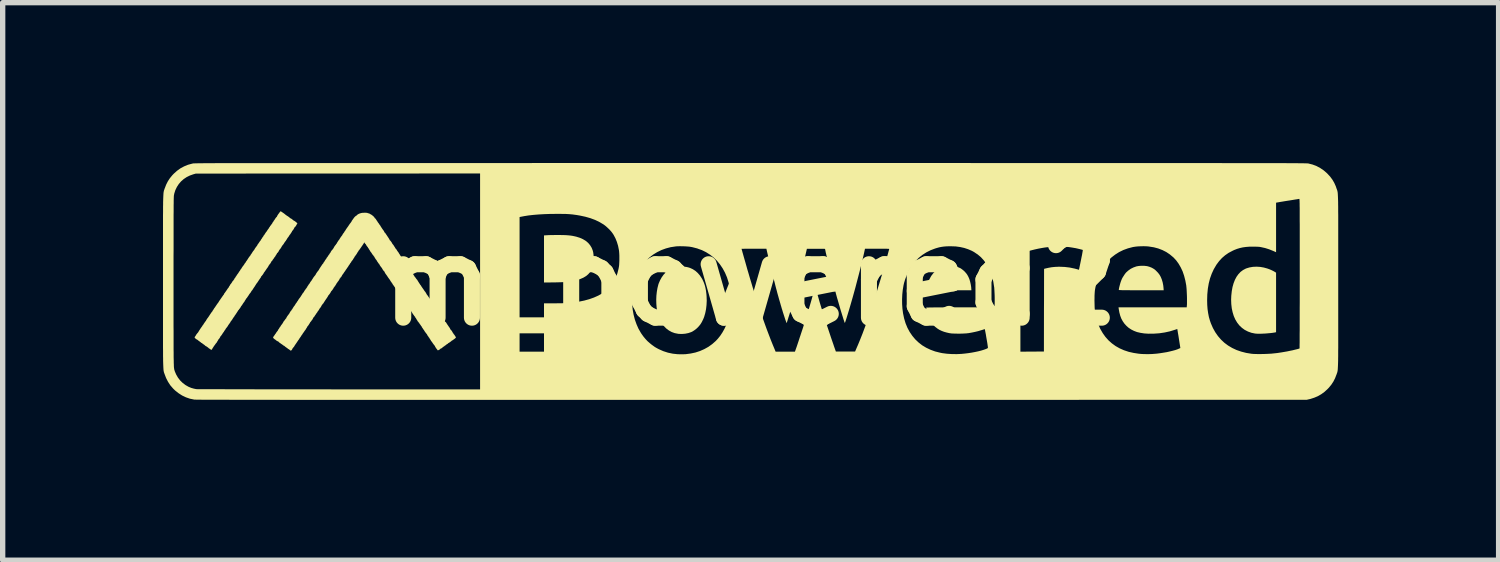
<source format=kicad_pcb>
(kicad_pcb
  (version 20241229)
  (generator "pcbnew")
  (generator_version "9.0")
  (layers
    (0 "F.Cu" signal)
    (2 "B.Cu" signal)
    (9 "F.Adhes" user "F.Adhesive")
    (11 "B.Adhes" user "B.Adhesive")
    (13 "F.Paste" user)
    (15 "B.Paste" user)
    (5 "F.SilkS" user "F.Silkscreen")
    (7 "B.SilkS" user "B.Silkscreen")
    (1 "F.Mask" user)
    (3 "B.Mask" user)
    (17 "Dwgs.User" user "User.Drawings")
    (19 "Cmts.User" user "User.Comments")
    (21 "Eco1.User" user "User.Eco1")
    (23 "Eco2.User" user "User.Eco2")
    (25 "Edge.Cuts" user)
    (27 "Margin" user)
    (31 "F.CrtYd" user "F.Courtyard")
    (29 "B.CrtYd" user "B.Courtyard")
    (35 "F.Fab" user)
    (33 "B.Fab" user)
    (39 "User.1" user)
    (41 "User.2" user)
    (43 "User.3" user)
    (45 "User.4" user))
  (footprint "m_powered2"
    (layer "F.Cu")
    (at 10.995 2.216)
    (property "Reference" "m_powered2" (at 0 0 0) (layer "F.SilkS") (effects (font (size 1.5 1.5) (thickness 0.3))))
    (attr board_only exclude_from_pos_files exclude_from_bom)
    (fp_poly (pts (xy 3.761 -0.293) (xy 3.816 -0.286) (xy 3.869 -0.272) (xy 3.918 -0.251) (xy 3.923 -0.249) (xy 3.943 -0.236) (xy 3.966 -0.219) (xy 3.988 -0.201) (xy 4.006 -0.184) (xy 4.01 -0.179) (xy 4.02 -0.168) (xy 4.032 -0.154) (xy 4.035 -0.151) (xy 4.056 -0.121) (xy 4.076 -0.084) (xy 4.094 -0.041) (xy 4.108 0.006) (xy 4.119 0.055) (xy 4.127 0.105) (xy 4.128 0.119) (xy 4.131 0.165) (xy 3.711 0.165) (xy 3.292 0.165) (xy 3.292 0.154) (xy 3.293 0.144) (xy 3.296 0.127) (xy 3.301 0.105) (xy 3.306 0.081) (xy 3.312 0.057) (xy 3.318 0.034) (xy 3.324 0.016) (xy 3.348 -0.045) (xy 3.379 -0.102) (xy 3.417 -0.152) (xy 3.46 -0.196) (xy 3.508 -0.233) (xy 3.544 -0.253) (xy 3.593 -0.273) (xy 3.647 -0.287) (xy 3.704 -0.294)) (stroke (width 0) (type solid)) (fill yes) (layer "F.SilkS"))
    (fp_poly (pts (xy 9.534 -0.272) (xy 9.603 -0.26) (xy 9.671 -0.241) (xy 9.682 -0.237) (xy 9.717 -0.224) (xy 9.753 -0.208) (xy 9.785 -0.192) (xy 9.808 -0.179) (xy 9.832 -0.164) (xy 9.832 0.393) (xy 9.832 0.95) (xy 9.803 0.956) (xy 9.765 0.962) (xy 9.721 0.967) (xy 9.675 0.971) (xy 9.628 0.975) (xy 9.581 0.977) (xy 9.537 0.979) (xy 9.497 0.979) (xy 9.463 0.977) (xy 9.439 0.975) (xy 9.371 0.961) (xy 9.307 0.938) (xy 9.248 0.908) (xy 9.195 0.87) (xy 9.147 0.825) (xy 9.105 0.772) (xy 9.069 0.712) (xy 9.067 0.708) (xy 9.04 0.646) (xy 9.019 0.577) (xy 9.003 0.503) (xy 8.994 0.424) (xy 8.991 0.34) (xy 8.994 0.268) (xy 9.003 0.183) (xy 9.017 0.105) (xy 9.037 0.034) (xy 9.062 -0.03) (xy 9.092 -0.087) (xy 9.128 -0.137) (xy 9.168 -0.179) (xy 9.214 -0.213) (xy 9.265 -0.24) (xy 9.275 -0.244) (xy 9.335 -0.262) (xy 9.399 -0.273) (xy 9.466 -0.276)) (stroke (width 0) (type solid)) (fill yes) (layer "F.SilkS"))
    (fp_poly (pts (xy -3.537 -0.868) (xy -3.487 -0.867) (xy -3.443 -0.865) (xy -3.404 -0.862) (xy -3.368 -0.858) (xy -3.334 -0.853) (xy -3.3 -0.846) (xy -3.265 -0.838) (xy -3.264 -0.838) (xy -3.197 -0.817) (xy -3.138 -0.791) (xy -3.086 -0.76) (xy -3.041 -0.722) (xy -3.005 -0.68) (xy -2.975 -0.631) (xy -2.956 -0.584) (xy -2.946 -0.547) (xy -2.94 -0.504) (xy -2.936 -0.457) (xy -2.936 -0.41) (xy -2.938 -0.364) (xy -2.944 -0.323) (xy -2.945 -0.32) (xy -2.96 -0.264) (xy -2.981 -0.214) (xy -3.007 -0.171) (xy -3.04 -0.133) (xy -3.08 -0.1) (xy -3.128 -0.071) (xy -3.183 -0.047) (xy -3.221 -0.034) (xy -3.257 -0.023) (xy -3.293 -0.014) (xy -3.329 -0.006) (xy -3.366 0.001) (xy -3.406 0.006) (xy -3.45 0.01) (xy -3.499 0.013) (xy -3.555 0.015) (xy -3.617 0.017) (xy -3.672 0.018) (xy -3.866 0.02) (xy -3.866 -0.42) (xy -3.866 -0.861) (xy -3.806 -0.865) (xy -3.786 -0.866) (xy -3.758 -0.867) (xy -3.724 -0.867) (xy -3.687 -0.868) (xy -3.647 -0.869) (xy -3.606 -0.869) (xy -3.595 -0.869)) (stroke (width 0) (type solid)) (fill yes) (layer "F.SilkS"))
    (fp_poly (pts (xy 7.359 -0.293) (xy 7.406 -0.288) (xy 7.432 -0.283) (xy 7.468 -0.272) (xy 7.505 -0.257) (xy 7.537 -0.239) (xy 7.553 -0.229) (xy 7.576 -0.21) (xy 7.6 -0.186) (xy 7.624 -0.161) (xy 7.643 -0.136) (xy 7.65 -0.127) (xy 7.674 -0.085) (xy 7.694 -0.036) (xy 7.71 0.018) (xy 7.721 0.075) (xy 7.726 0.121) (xy 7.729 0.165) (xy 7.309 0.165) (xy 7.235 0.165) (xy 7.17 0.165) (xy 7.114 0.165) (xy 7.065 0.164) (xy 7.024 0.164) (xy 6.989 0.164) (xy 6.961 0.164) (xy 6.938 0.163) (xy 6.92 0.162) (xy 6.907 0.162) (xy 6.898 0.161) (xy 6.892 0.16) (xy 6.89 0.159) (xy 6.889 0.158) (xy 6.891 0.142) (xy 6.895 0.119) (xy 6.902 0.091) (xy 6.91 0.06) (xy 6.919 0.028) (xy 6.929 -0.002) (xy 6.939 -0.028) (xy 6.947 -0.047) (xy 6.958 -0.069) (xy 6.974 -0.094) (xy 6.991 -0.121) (xy 7.008 -0.145) (xy 7.024 -0.165) (xy 7.028 -0.169) (xy 7.067 -0.204) (xy 7.112 -0.236) (xy 7.162 -0.261) (xy 7.212 -0.279) (xy 7.217 -0.281) (xy 7.261 -0.289) (xy 7.31 -0.293)) (stroke (width 0) (type solid)) (fill yes) (layer "F.SilkS"))
    (fp_poly (pts (xy -1.245 -0.276) (xy -1.2 -0.271) (xy -1.159 -0.261) (xy -1.132 -0.252) (xy -1.082 -0.229) (xy -1.034 -0.198) (xy -0.99 -0.159) (xy -0.95 -0.113) (xy -0.916 -0.062) (xy -0.902 -0.038) (xy -0.879 0.012) (xy -0.86 0.063) (xy -0.846 0.116) (xy -0.835 0.174) (xy -0.827 0.238) (xy -0.824 0.277) (xy -0.821 0.359) (xy -0.825 0.441) (xy -0.834 0.519) (xy -0.849 0.593) (xy -0.869 0.662) (xy -0.883 0.697) (xy -0.891 0.715) (xy -0.901 0.735) (xy -0.911 0.756) (xy -0.922 0.775) (xy -0.932 0.791) (xy -0.939 0.802) (xy -0.941 0.805) (xy -0.946 0.81) (xy -0.953 0.82) (xy -0.958 0.826) (xy -0.984 0.856) (xy -1.016 0.886) (xy -1.051 0.913) (xy -1.087 0.936) (xy -1.109 0.947) (xy -1.164 0.966) (xy -1.224 0.978) (xy -1.285 0.983) (xy -1.347 0.981) (xy -1.36 0.979) (xy -1.421 0.967) (xy -1.478 0.946) (xy -1.53 0.917) (xy -1.578 0.881) (xy -1.622 0.836) (xy -1.66 0.785) (xy -1.692 0.727) (xy -1.719 0.662) (xy -1.74 0.591) (xy -1.746 0.563) (xy -1.758 0.493) (xy -1.764 0.419) (xy -1.766 0.343) (xy -1.763 0.267) (xy -1.755 0.194) (xy -1.743 0.124) (xy -1.727 0.06) (xy -1.72 0.038) (xy -1.694 -0.022) (xy -1.663 -0.078) (xy -1.627 -0.128) (xy -1.586 -0.171) (xy -1.542 -0.208) (xy -1.494 -0.236) (xy -1.466 -0.249) (xy -1.426 -0.262) (xy -1.387 -0.271) (xy -1.345 -0.276) (xy -1.297 -0.278) (xy -1.295 -0.278)) (stroke (width 0) (type solid)) (fill yes) (layer "F.SilkS"))
    (fp_poly (pts (xy -8.762 -1.293) (xy -8.743 -1.28) (xy -8.73 -1.271) (xy -8.72 -1.263) (xy -8.709 -1.254) (xy -8.706 -1.251) (xy -8.698 -1.245) (xy -8.693 -1.243) (xy -8.687 -1.239) (xy -8.685 -1.236) (xy -8.68 -1.23) (xy -8.677 -1.229) (xy -8.67 -1.226) (xy -8.659 -1.219) (xy -8.646 -1.21) (xy -8.633 -1.2) (xy -8.623 -1.192) (xy -8.618 -1.186) (xy -8.618 -1.186) (xy -8.613 -1.182) (xy -8.611 -1.182) (xy -8.603 -1.179) (xy -8.59 -1.171) (xy -8.573 -1.158) (xy -8.557 -1.144) (xy -8.547 -1.138) (xy -8.541 -1.135) (xy -8.541 -1.135) (xy -8.535 -1.132) (xy -8.525 -1.125) (xy -8.52 -1.122) (xy -8.507 -1.111) (xy -8.495 -1.101) (xy -8.493 -1.1) (xy -8.484 -1.091) (xy -8.481 -1.083) (xy -8.483 -1.079) (xy -8.486 -1.078) (xy -8.49 -1.075) (xy -8.49 -1.073) (xy -8.493 -1.065) (xy -8.499 -1.054) (xy -8.508 -1.04) (xy -8.517 -1.027) (xy -8.526 -1.017) (xy -8.531 -1.013) (xy -8.531 -1.013) (xy -8.537 -1.009) (xy -8.537 -1.005) (xy -8.54 -0.998) (xy -8.546 -0.987) (xy -8.554 -0.973) (xy -8.563 -0.96) (xy -8.571 -0.951) (xy -8.576 -0.947) (xy -8.576 -0.946) (xy -8.579 -0.943) (xy -8.58 -0.94) (xy -8.582 -0.933) (xy -8.589 -0.921) (xy -8.593 -0.915) (xy -8.602 -0.903) (xy -8.608 -0.892) (xy -8.609 -0.889) (xy -8.614 -0.882) (xy -8.617 -0.881) (xy -8.622 -0.877) (xy -8.622 -0.874) (xy -8.624 -0.867) (xy -8.626 -0.866) (xy -8.631 -0.863) (xy -8.636 -0.853) (xy -8.636 -0.853) (xy -8.643 -0.841) (xy -8.653 -0.827) (xy -8.655 -0.825) (xy -8.664 -0.814) (xy -8.669 -0.807) (xy -8.669 -0.806) (xy -8.672 -0.8) (xy -8.678 -0.79) (xy -8.682 -0.784) (xy -8.691 -0.771) (xy -8.697 -0.76) (xy -8.699 -0.757) (xy -8.704 -0.75) (xy -8.707 -0.749) (xy -8.711 -0.745) (xy -8.712 -0.743) (xy -8.715 -0.735) (xy -8.721 -0.729) (xy -8.728 -0.72) (xy -8.73 -0.715) (xy -8.734 -0.707) (xy -8.744 -0.693) (xy -8.76 -0.674) (xy -8.765 -0.667) (xy -8.771 -0.659) (xy -8.773 -0.655) (xy -8.775 -0.649) (xy -8.782 -0.638) (xy -8.79 -0.625) (xy -8.799 -0.612) (xy -8.807 -0.602) (xy -8.811 -0.599) (xy -8.815 -0.593) (xy -8.815 -0.591) (xy -8.818 -0.585) (xy -8.82 -0.584) (xy -8.824 -0.581) (xy -8.825 -0.579) (xy -8.827 -0.572) (xy -8.833 -0.56) (xy -8.841 -0.548) (xy -8.849 -0.538) (xy -8.855 -0.533) (xy -8.856 -0.532) (xy -8.862 -0.528) (xy -8.862 -0.526) (xy -8.865 -0.518) (xy -8.871 -0.507) (xy -8.876 -0.5) (xy -8.884 -0.488) (xy -8.89 -0.479) (xy -8.89 -0.477) (xy -8.893 -0.471) (xy -8.9 -0.462) (xy -8.901 -0.461) (xy -8.911 -0.449) (xy -8.918 -0.437) (xy -8.926 -0.425) (xy -8.935 -0.414) (xy -8.944 -0.402) (xy -8.949 -0.392) (xy -8.954 -0.384) (xy -8.959 -0.381) (xy -8.965 -0.378) (xy -8.966 -0.375) (xy -8.968 -0.368) (xy -8.975 -0.356) (xy -8.983 -0.342) (xy -8.992 -0.329) (xy -9 -0.32) (xy -9.004 -0.316) (xy -9.008 -0.311) (xy -9.008 -0.308) (xy -9.011 -0.302) (xy -9.013 -0.301) (xy -9.017 -0.298) (xy -9.018 -0.297) (xy -9.02 -0.291) (xy -9.026 -0.279) (xy -9.034 -0.266) (xy -9.043 -0.253) (xy -9.049 -0.245) (xy -9.055 -0.238) (xy -9.063 -0.225) (xy -9.074 -0.209) (xy -9.077 -0.205) (xy -9.088 -0.189) (xy -9.096 -0.177) (xy -9.102 -0.17) (xy -9.103 -0.169) (xy -9.107 -0.165) (xy -9.107 -0.164) (xy -9.109 -0.159) (xy -9.114 -0.149) (xy -9.122 -0.137) (xy -9.13 -0.125) (xy -9.137 -0.116) (xy -9.141 -0.113) (xy -9.144 -0.109) (xy -9.145 -0.106) (xy -9.149 -0.1) (xy -9.152 -0.099) (xy -9.158 -0.095) (xy -9.159 -0.09) (xy -9.162 -0.08) (xy -9.169 -0.069) (xy -9.17 -0.067) (xy -9.177 -0.058) (xy -9.187 -0.043) (xy -9.2 -0.025) (xy -9.208 -0.012) (xy -9.22 0.006) (xy -9.23 0.021) (xy -9.238 0.032) (xy -9.241 0.035) (xy -9.247 0.042) (xy -9.254 0.054) (xy -9.257 0.059) (xy -9.265 0.071) (xy -9.275 0.088) (xy -9.288 0.107) (xy -9.293 0.114) (xy -9.304 0.131) (xy -9.313 0.144) (xy -9.318 0.153) (xy -9.319 0.155) (xy -9.322 0.161) (xy -9.328 0.166) (xy -9.335 0.174) (xy -9.343 0.186) (xy -9.344 0.188) (xy -9.352 0.203) (xy -9.362 0.216) (xy -9.363 0.217) (xy -9.371 0.227) (xy -9.378 0.236) (xy -9.378 0.236) (xy -9.395 0.263) (xy -9.411 0.286) (xy -9.423 0.304) (xy -9.432 0.316) (xy -9.437 0.32) (xy -9.437 0.32) (xy -9.441 0.324) (xy -9.445 0.333) (xy -9.452 0.346) (xy -9.46 0.357) (xy -9.467 0.367) (xy -9.47 0.375) (xy -9.47 0.375) (xy -9.473 0.383) (xy -9.476 0.385) (xy -9.481 0.39) (xy -9.489 0.401) (xy -9.498 0.414) (xy -9.506 0.426) (xy -9.511 0.435) (xy -9.512 0.437) (xy -9.515 0.442) (xy -9.522 0.451) (xy -9.524 0.453) (xy -9.532 0.462) (xy -9.535 0.468) (xy -9.536 0.468) (xy -9.538 0.474) (xy -9.544 0.484) (xy -9.552 0.497) (xy -9.56 0.508) (xy -9.567 0.516) (xy -9.569 0.518) (xy -9.573 0.522) (xy -9.573 0.525) (xy -9.576 0.531) (xy -9.578 0.532) (xy -9.584 0.536) (xy -9.586 0.54) (xy -9.591 0.548) (xy -9.599 0.561) (xy -9.609 0.576) (xy -9.609 0.576) (xy -9.619 0.592) (xy -9.628 0.605) (xy -9.633 0.613) (xy -9.64 0.623) (xy -9.648 0.634) (xy -9.655 0.643) (xy -9.658 0.65) (xy -9.658 0.65) (xy -9.661 0.656) (xy -9.667 0.663) (xy -9.673 0.671) (xy -9.683 0.685) (xy -9.692 0.7) (xy -9.702 0.716) (xy -9.712 0.73) (xy -9.719 0.738) (xy -9.726 0.746) (xy -9.729 0.751) (xy -9.731 0.757) (xy -9.737 0.767) (xy -9.745 0.779) (xy -9.753 0.79) (xy -9.759 0.798) (xy -9.759 0.798) (xy -9.764 0.805) (xy -9.772 0.816) (xy -9.777 0.824) (xy -9.784 0.837) (xy -9.792 0.848) (xy -9.801 0.86) (xy -9.814 0.876) (xy -9.817 0.88) (xy -9.824 0.89) (xy -9.827 0.897) (xy -9.828 0.898) (xy -9.83 0.904) (xy -9.838 0.913) (xy -9.839 0.915) (xy -9.847 0.924) (xy -9.851 0.931) (xy -9.851 0.932) (xy -9.854 0.939) (xy -9.859 0.946) (xy -9.868 0.957) (xy -9.875 0.966) (xy -9.884 0.982) (xy -9.895 0.998) (xy -9.905 1.012) (xy -9.913 1.022) (xy -9.918 1.026) (xy -9.918 1.027) (xy -9.922 1.03) (xy -9.922 1.032) (xy -9.924 1.039) (xy -9.93 1.05) (xy -9.938 1.062) (xy -9.946 1.074) (xy -9.953 1.081) (xy -9.955 1.083) (xy -9.959 1.087) (xy -9.962 1.094) (xy -9.967 1.104) (xy -9.975 1.117) (xy -9.976 1.119) (xy -9.984 1.13) (xy -9.987 1.138) (xy -9.988 1.139) (xy -9.991 1.145) (xy -9.994 1.148) (xy -9.999 1.153) (xy -10.008 1.164) (xy -10.018 1.178) (xy -10.027 1.192) (xy -10.035 1.202) (xy -10.04 1.205) (xy -10.04 1.205) (xy -10.044 1.209) (xy -10.044 1.213) (xy -10.047 1.221) (xy -10.052 1.228) (xy -10.06 1.238) (xy -10.068 1.251) (xy -10.07 1.255) (xy -10.079 1.271) (xy -10.086 1.279) (xy -10.094 1.279) (xy -10.105 1.273) (xy -10.109 1.269) (xy -10.119 1.261) (xy -10.127 1.257) (xy -10.128 1.257) (xy -10.135 1.254) (xy -10.139 1.249) (xy -10.146 1.242) (xy -10.158 1.233) (xy -10.171 1.223) (xy -10.184 1.215) (xy -10.193 1.211) (xy -10.195 1.21) (xy -10.201 1.207) (xy -10.203 1.204) (xy -10.209 1.198) (xy -10.22 1.189) (xy -10.225 1.185) (xy -10.24 1.175) (xy -10.255 1.164) (xy -10.258 1.161) (xy -10.268 1.153) (xy -10.277 1.149) (xy -10.278 1.149) (xy -10.284 1.146) (xy -10.284 1.145) (xy -10.288 1.14) (xy -10.297 1.133) (xy -10.3 1.131) (xy -10.337 1.104) (xy -10.346 1.096) (xy -10.356 1.089) (xy -10.363 1.086) (xy -10.373 1.08) (xy -10.386 1.07) (xy -10.397 1.059) (xy -10.403 1.05) (xy -10.403 1.05) (xy -10.402 1.041) (xy -10.395 1.03) (xy -10.395 1.03) (xy -10.387 1.021) (xy -10.383 1.015) (xy -10.383 1.015) (xy -10.381 1.009) (xy -10.374 0.997) (xy -10.364 0.984) (xy -10.354 0.971) (xy -10.345 0.961) (xy -10.344 0.96) (xy -10.336 0.95) (xy -10.332 0.943) (xy -10.331 0.942) (xy -10.329 0.937) (xy -10.322 0.926) (xy -10.313 0.911) (xy -10.311 0.909) (xy -10.301 0.893) (xy -10.292 0.88) (xy -10.287 0.871) (xy -10.286 0.871) (xy -10.28 0.862) (xy -10.271 0.85) (xy -10.269 0.847) (xy -10.261 0.836) (xy -10.256 0.827) (xy -10.256 0.826) (xy -10.253 0.82) (xy -10.251 0.819) (xy -10.246 0.816) (xy -10.243 0.811) (xy -10.239 0.803) (xy -10.231 0.79) (xy -10.221 0.776) (xy -10.211 0.761) (xy -10.202 0.749) (xy -10.196 0.741) (xy -10.194 0.74) (xy -10.19 0.735) (xy -10.19 0.734) (xy -10.188 0.728) (xy -10.182 0.717) (xy -10.173 0.704) (xy -10.165 0.691) (xy -10.158 0.683) (xy -10.152 0.675) (xy -10.143 0.662) (xy -10.139 0.656) (xy -10.119 0.625) (xy -10.102 0.6) (xy -10.09 0.582) (xy -10.081 0.57) (xy -10.076 0.563) (xy -10.072 0.56) (xy -10.072 0.56) (xy -10.068 0.557) (xy -10.068 0.553) (xy -10.065 0.545) (xy -10.059 0.537) (xy -10.051 0.527) (xy -10.047 0.519) (xy -10.041 0.509) (xy -10.036 0.501) (xy -10.03 0.494) (xy -10.02 0.48) (xy -10.009 0.463) (xy -10 0.45) (xy -9.988 0.432) (xy -9.977 0.417) (xy -9.97 0.406) (xy -9.966 0.403) (xy -9.961 0.396) (xy -9.954 0.384) (xy -9.952 0.381) (xy -9.945 0.369) (xy -9.934 0.353) (xy -9.924 0.339) (xy -9.912 0.321) (xy -9.897 0.3) (xy -9.884 0.281) (xy -9.874 0.267) (xy -9.866 0.255) (xy -9.86 0.25) (xy -9.86 0.25) (xy -9.856 0.246) (xy -9.856 0.241) (xy -9.853 0.232) (xy -9.845 0.222) (xy -9.845 0.221) (xy -9.838 0.213) (xy -9.828 0.198) (xy -9.815 0.18) (xy -9.804 0.164) (xy -9.792 0.146) (xy -9.782 0.131) (xy -9.774 0.121) (xy -9.771 0.118) (xy -9.767 0.114) (xy -9.764 0.107) (xy -9.759 0.096) (xy -9.751 0.084) (xy -9.749 0.082) (xy -9.742 0.071) (xy -9.738 0.063) (xy -9.738 0.062) (xy -9.735 0.055) (xy -9.732 0.053) (xy -9.726 0.047) (xy -9.718 0.036) (xy -9.709 0.023) (xy -9.701 0.011) (xy -9.696 0.002) (xy -9.696 -0.000097) (xy -9.692 -0.006) (xy -9.686 -0.011) (xy -9.679 -0.017) (xy -9.677 -0.022) (xy -9.673 -0.029) (xy -9.67 -0.031) (xy -9.664 -0.038) (xy -9.663 -0.042) (xy -9.66 -0.05) (xy -9.652 -0.061) (xy -9.649 -0.065) (xy -9.64 -0.076) (xy -9.635 -0.086) (xy -9.634 -0.088) (xy -9.631 -0.095) (xy -9.627 -0.097) (xy -9.621 -0.103) (xy -9.62 -0.106) (xy -9.617 -0.115) (xy -9.614 -0.119) (xy -9.608 -0.127) (xy -9.599 -0.139) (xy -9.589 -0.152) (xy -9.581 -0.165) (xy -9.575 -0.174) (xy -9.573 -0.178) (xy -9.57 -0.183) (xy -9.563 -0.192) (xy -9.561 -0.194) (xy -9.554 -0.204) (xy -9.55 -0.211) (xy -9.55 -0.212) (xy -9.547 -0.218) (xy -9.541 -0.226) (xy -9.532 -0.237) (xy -9.524 -0.249) (xy -9.518 -0.26) (xy -9.508 -0.275) (xy -9.496 -0.291) (xy -9.493 -0.294) (xy -9.482 -0.309) (xy -9.474 -0.321) (xy -9.47 -0.328) (xy -9.47 -0.329) (xy -9.467 -0.334) (xy -9.46 -0.343) (xy -9.458 -0.345) (xy -9.45 -0.354) (xy -9.446 -0.362) (xy -9.446 -0.362) (xy -9.443 -0.369) (xy -9.438 -0.376) (xy -9.429 -0.387) (xy -9.423 -0.397) (xy -9.412 -0.413) (xy -9.401 -0.431) (xy -9.389 -0.449) (xy -9.377 -0.465) (xy -9.368 -0.477) (xy -9.362 -0.484) (xy -9.361 -0.485) (xy -9.357 -0.489) (xy -9.357 -0.492) (xy -9.354 -0.5) (xy -9.347 -0.508) (xy -9.339 -0.519) (xy -9.331 -0.532) (xy -9.33 -0.533) (xy -9.323 -0.545) (xy -9.314 -0.559) (xy -9.304 -0.572) (xy -9.295 -0.583) (xy -9.29 -0.588) (xy -9.286 -0.593) (xy -9.286 -0.594) (xy -9.284 -0.601) (xy -9.277 -0.612) (xy -9.269 -0.624) (xy -9.261 -0.636) (xy -9.255 -0.643) (xy -9.252 -0.645) (xy -9.249 -0.649) (xy -9.248 -0.652) (xy -9.245 -0.66) (xy -9.242 -0.662) (xy -9.235 -0.668) (xy -9.232 -0.675) (xy -9.227 -0.687) (xy -9.221 -0.695) (xy -9.215 -0.703) (xy -9.205 -0.717) (xy -9.194 -0.733) (xy -9.192 -0.736) (xy -9.182 -0.751) (xy -9.174 -0.762) (xy -9.168 -0.767) (xy -9.168 -0.768) (xy -9.164 -0.771) (xy -9.164 -0.775) (xy -9.161 -0.783) (xy -9.155 -0.79) (xy -9.148 -0.8) (xy -9.14 -0.813) (xy -9.138 -0.816) (xy -9.132 -0.827) (xy -9.127 -0.833) (xy -9.126 -0.833) (xy -9.122 -0.837) (xy -9.117 -0.847) (xy -9.117 -0.848) (xy -9.113 -0.857) (xy -9.109 -0.862) (xy -9.108 -0.862) (xy -9.104 -0.866) (xy -9.097 -0.875) (xy -9.093 -0.883) (xy -9.086 -0.895) (xy -9.08 -0.903) (xy -9.078 -0.904) (xy -9.074 -0.908) (xy -9.074 -0.911) (xy -9.071 -0.919) (xy -9.066 -0.924) (xy -9.058 -0.932) (xy -9.05 -0.944) (xy -9.049 -0.946) (xy -9.04 -0.961) (xy -9.029 -0.976) (xy -9.027 -0.979) (xy -9.018 -0.99) (xy -9.013 -0.998) (xy -9.013 -1) (xy -9.01 -1.007) (xy -9.003 -1.014) (xy -8.996 -1.022) (xy -8.994 -1.029) (xy -8.991 -1.036) (xy -8.983 -1.044) (xy -8.973 -1.055) (xy -8.967 -1.065) (xy -8.962 -1.075) (xy -8.956 -1.078) (xy -8.952 -1.082) (xy -8.952 -1.087) (xy -8.949 -1.095) (xy -8.941 -1.106) (xy -8.937 -1.111) (xy -8.929 -1.122) (xy -8.924 -1.131) (xy -8.923 -1.133) (xy -8.92 -1.141) (xy -8.917 -1.142) (xy -8.91 -1.149) (xy -8.907 -1.155) (xy -8.902 -1.164) (xy -8.894 -1.176) (xy -8.885 -1.189) (xy -8.875 -1.201) (xy -8.868 -1.208) (xy -8.866 -1.209) (xy -8.862 -1.215) (xy -8.862 -1.216) (xy -8.86 -1.222) (xy -8.854 -1.234) (xy -8.846 -1.247) (xy -8.837 -1.26) (xy -8.829 -1.271) (xy -8.824 -1.276) (xy -8.824 -1.276) (xy -8.82 -1.28) (xy -8.82 -1.282) (xy -8.816 -1.289) (xy -8.809 -1.298) (xy -8.806 -1.301) (xy -8.793 -1.314)) (stroke (width 0) (type solid)) (fill yes) (layer "F.SilkS"))
    (fp_poly (pts (xy -7.202 -1.285) (xy -7.185 -1.284) (xy -7.173 -1.283) (xy -7.17 -1.281) (xy -7.164 -1.278) (xy -7.152 -1.275) (xy -7.148 -1.274) (xy -7.136 -1.271) (xy -7.128 -1.267) (xy -7.127 -1.266) (xy -7.121 -1.262) (xy -7.11 -1.256) (xy -7.109 -1.256) (xy -7.095 -1.248) (xy -7.08 -1.237) (xy -7.064 -1.224) (xy -7.05 -1.211) (xy -7.04 -1.199) (xy -7.035 -1.19) (xy -7.035 -1.189) (xy -7.031 -1.183) (xy -7.027 -1.181) (xy -7.02 -1.176) (xy -7.012 -1.165) (xy -7.009 -1.161) (xy -7.001 -1.147) (xy -6.993 -1.136) (xy -6.992 -1.134) (xy -6.985 -1.126) (xy -6.983 -1.121) (xy -6.98 -1.114) (xy -6.973 -1.105) (xy -6.972 -1.103) (xy -6.962 -1.091) (xy -6.954 -1.079) (xy -6.946 -1.066) (xy -6.937 -1.055) (xy -6.93 -1.046) (xy -6.927 -1.04) (xy -6.927 -1.04) (xy -6.924 -1.035) (xy -6.918 -1.024) (xy -6.908 -1.009) (xy -6.897 -0.992) (xy -6.886 -0.976) (xy -6.876 -0.962) (xy -6.868 -0.952) (xy -6.867 -0.951) (xy -6.859 -0.94) (xy -6.856 -0.929) (xy -6.856 -0.929) (xy -6.854 -0.921) (xy -6.85 -0.918) (xy -6.844 -0.914) (xy -6.836 -0.905) (xy -6.835 -0.903) (xy -6.828 -0.893) (xy -6.818 -0.878) (xy -6.805 -0.859) (xy -6.791 -0.838) (xy -6.789 -0.834) (xy -6.775 -0.814) (xy -6.764 -0.796) (xy -6.757 -0.783) (xy -6.753 -0.775) (xy -6.753 -0.774) (xy -6.749 -0.768) (xy -6.747 -0.767) (xy -6.742 -0.764) (xy -6.734 -0.754) (xy -6.725 -0.742) (xy -6.716 -0.729) (xy -6.709 -0.717) (xy -6.706 -0.71) (xy -6.706 -0.709) (xy -6.703 -0.704) (xy -6.697 -0.697) (xy -6.684 -0.682) (xy -6.678 -0.674) (xy -6.677 -0.671) (xy -6.675 -0.666) (xy -6.668 -0.656) (xy -6.663 -0.649) (xy -6.655 -0.637) (xy -6.65 -0.627) (xy -6.649 -0.624) (xy -6.645 -0.617) (xy -6.642 -0.615) (xy -6.636 -0.61) (xy -6.628 -0.599) (xy -6.622 -0.59) (xy -6.615 -0.577) (xy -6.608 -0.568) (xy -6.606 -0.566) (xy -6.602 -0.56) (xy -6.602 -0.558) (xy -6.598 -0.551) (xy -6.595 -0.549) (xy -6.589 -0.544) (xy -6.588 -0.542) (xy -6.585 -0.535) (xy -6.579 -0.524) (xy -6.574 -0.517) (xy -6.566 -0.505) (xy -6.56 -0.495) (xy -6.56 -0.492) (xy -6.556 -0.485) (xy -6.552 -0.483) (xy -6.546 -0.477) (xy -6.545 -0.473) (xy -6.543 -0.467) (xy -6.541 -0.466) (xy -6.537 -0.462) (xy -6.53 -0.453) (xy -6.52 -0.439) (xy -6.517 -0.434) (xy -6.507 -0.419) (xy -6.499 -0.407) (xy -6.495 -0.401) (xy -6.494 -0.4) (xy -6.489 -0.394) (xy -6.481 -0.383) (xy -6.472 -0.369) (xy -6.464 -0.356) (xy -6.458 -0.345) (xy -6.456 -0.34) (xy -6.453 -0.335) (xy -6.451 -0.334) (xy -6.446 -0.33) (xy -6.441 -0.321) (xy -6.433 -0.308) (xy -6.424 -0.297) (xy -6.417 -0.286) (xy -6.414 -0.277) (xy -6.414 -0.277) (xy -6.41 -0.269) (xy -6.407 -0.267) (xy -6.4 -0.26) (xy -6.399 -0.257) (xy -6.397 -0.25) (xy -6.395 -0.25) (xy -6.39 -0.246) (xy -6.383 -0.237) (xy -6.373 -0.224) (xy -6.364 -0.211) (xy -6.357 -0.199) (xy -6.353 -0.19) (xy -6.352 -0.189) (xy -6.349 -0.184) (xy -6.345 -0.182) (xy -6.339 -0.177) (xy -6.338 -0.174) (xy -6.335 -0.167) (xy -6.329 -0.157) (xy -6.324 -0.151) (xy -6.316 -0.139) (xy -6.311 -0.13) (xy -6.31 -0.128) (xy -6.307 -0.121) (xy -6.301 -0.113) (xy -6.294 -0.104) (xy -6.291 -0.097) (xy -6.289 -0.09) (xy -6.287 -0.089) (xy -6.282 -0.086) (xy -6.275 -0.076) (xy -6.265 -0.063) (xy -6.265 -0.062) (xy -6.255 -0.048) (xy -6.246 -0.037) (xy -6.241 -0.032) (xy -6.235 -0.026) (xy -6.235 -0.023) (xy -6.232 -0.017) (xy -6.225 -0.006) (xy -6.221 0.001) (xy -6.212 0.013) (xy -6.207 0.023) (xy -6.206 0.027) (xy -6.204 0.032) (xy -6.202 0.033) (xy -6.196 0.037) (xy -6.191 0.046) (xy -6.184 0.059) (xy -6.177 0.067) (xy -6.168 0.078) (xy -6.164 0.086) (xy -6.158 0.096) (xy -6.149 0.109) (xy -6.143 0.118) (xy -6.131 0.135) (xy -6.118 0.153) (xy -6.114 0.16) (xy -6.105 0.173) (xy -6.098 0.183) (xy -6.096 0.186) (xy -6.089 0.193) (xy -6.081 0.205) (xy -6.073 0.218) (xy -6.067 0.229) (xy -6.065 0.235) (xy -6.061 0.24) (xy -6.06 0.24) (xy -6.057 0.243) (xy -6.058 0.245) (xy -6.058 0.249) (xy -6.057 0.25) (xy -6.052 0.253) (xy -6.044 0.263) (xy -6.034 0.277) (xy -6.032 0.281) (xy -6.021 0.297) (xy -6.011 0.311) (xy -6.004 0.32) (xy -6.003 0.321) (xy -5.996 0.33) (xy -5.994 0.335) (xy -5.992 0.341) (xy -5.984 0.35) (xy -5.983 0.352) (xy -5.972 0.366) (xy -5.963 0.381) (xy -5.963 0.381) (xy -5.956 0.394) (xy -5.948 0.403) (xy -5.947 0.404) (xy -5.94 0.41) (xy -5.938 0.414) (xy -5.935 0.419) (xy -5.929 0.431) (xy -5.919 0.446) (xy -5.908 0.463) (xy -5.897 0.48) (xy -5.886 0.495) (xy -5.878 0.506) (xy -5.871 0.518) (xy -5.867 0.528) (xy -5.867 0.528) (xy -5.865 0.534) (xy -5.862 0.534) (xy -5.857 0.536) (xy -5.855 0.541) (xy -5.851 0.549) (xy -5.849 0.551) (xy -5.845 0.555) (xy -5.838 0.564) (xy -5.83 0.575) (xy -5.822 0.587) (xy -5.817 0.597) (xy -5.816 0.601) (xy -5.813 0.605) (xy -5.806 0.614) (xy -5.804 0.616) (xy -5.796 0.625) (xy -5.792 0.632) (xy -5.792 0.632) (xy -5.789 0.638) (xy -5.783 0.648) (xy -5.778 0.655) (xy -5.77 0.668) (xy -5.765 0.678) (xy -5.764 0.681) (xy -5.76 0.687) (xy -5.757 0.688) (xy -5.75 0.691) (xy -5.75 0.694) (xy -5.747 0.701) (xy -5.739 0.712) (xy -5.736 0.716) (xy -5.725 0.731) (xy -5.721 0.743) (xy -5.721 0.75) (xy -5.718 0.753) (xy -5.715 0.753) (xy -5.708 0.757) (xy -5.699 0.767) (xy -5.691 0.78) (xy -5.688 0.784) (xy -5.684 0.792) (xy -5.676 0.804) (xy -5.665 0.82) (xy -5.654 0.836) (xy -5.644 0.851) (xy -5.637 0.861) (xy -5.633 0.865) (xy -5.628 0.874) (xy -5.622 0.886) (xy -5.622 0.888) (xy -5.617 0.898) (xy -5.612 0.904) (xy -5.611 0.904) (xy -5.606 0.908) (xy -5.598 0.918) (xy -5.589 0.93) (xy -5.581 0.944) (xy -5.574 0.956) (xy -5.571 0.963) (xy -5.571 0.964) (xy -5.567 0.97) (xy -5.564 0.972) (xy -5.557 0.978) (xy -5.557 0.982) (xy -5.554 0.988) (xy -5.553 0.989) (xy -5.548 0.993) (xy -5.541 1.002) (xy -5.533 1.015) (xy -5.524 1.028) (xy -5.518 1.04) (xy -5.514 1.048) (xy -5.514 1.049) (xy -5.518 1.055) (xy -5.527 1.064) (xy -5.541 1.075) (xy -5.556 1.086) (xy -5.57 1.096) (xy -5.582 1.104) (xy -5.59 1.107) (xy -5.59 1.107) (xy -5.594 1.11) (xy -5.594 1.11) (xy -5.598 1.115) (xy -5.607 1.122) (xy -5.62 1.132) (xy -5.633 1.141) (xy -5.645 1.149) (xy -5.654 1.153) (xy -5.656 1.154) (xy -5.66 1.157) (xy -5.66 1.158) (xy -5.664 1.164) (xy -5.673 1.169) (xy -5.685 1.176) (xy -5.698 1.186) (xy -5.7 1.188) (xy -5.711 1.197) (xy -5.721 1.203) (xy -5.722 1.203) (xy -5.729 1.208) (xy -5.731 1.211) (xy -5.734 1.215) (xy -5.735 1.215) (xy -5.742 1.218) (xy -5.748 1.222) (xy -5.769 1.239) (xy -5.784 1.251) (xy -5.794 1.256) (xy -5.798 1.257) (xy -5.805 1.259) (xy -5.806 1.261) (xy -5.81 1.266) (xy -5.819 1.274) (xy -5.825 1.278) (xy -5.84 1.286) (xy -5.853 1.288) (xy -5.861 1.285) (xy -5.863 1.279) (xy -5.865 1.272) (xy -5.867 1.271) (xy -5.872 1.266) (xy -5.88 1.256) (xy -5.889 1.243) (xy -5.897 1.23) (xy -5.903 1.22) (xy -5.905 1.214) (xy -5.908 1.208) (xy -5.912 1.202) (xy -5.936 1.172) (xy -5.955 1.145) (xy -5.956 1.142) (xy -5.964 1.13) (xy -5.972 1.121) (xy -5.974 1.119) (xy -5.98 1.114) (xy -5.98 1.111) (xy -5.983 1.105) (xy -5.989 1.094) (xy -5.994 1.087) (xy -6.003 1.075) (xy -6.008 1.065) (xy -6.009 1.061) (xy -6.011 1.055) (xy -6.013 1.055) (xy -6.019 1.051) (xy -6.024 1.042) (xy -6.032 1.029) (xy -6.04 1.018) (xy -6.048 1.008) (xy -6.051 1) (xy -6.051 1) (xy -6.054 0.993) (xy -6.061 0.983) (xy -6.071 0.972) (xy -6.082 0.957) (xy -6.094 0.941) (xy -6.103 0.927) (xy -6.11 0.915) (xy -6.112 0.91) (xy -6.115 0.905) (xy -6.117 0.904) (xy -6.122 0.9) (xy -6.128 0.891) (xy -6.135 0.878) (xy -6.144 0.866) (xy -6.151 0.856) (xy -6.155 0.847) (xy -6.155 0.846) (xy -6.157 0.839) (xy -6.159 0.838) (xy -6.165 0.834) (xy -6.17 0.825) (xy -6.178 0.812) (xy -6.186 0.803) (xy -6.194 0.792) (xy -6.199 0.783) (xy -6.204 0.774) (xy -6.209 0.77) (xy -6.215 0.764) (xy -6.216 0.761) (xy -6.22 0.754) (xy -6.223 0.752) (xy -6.229 0.747) (xy -6.23 0.744) (xy -6.233 0.738) (xy -6.239 0.727) (xy -6.244 0.72) (xy -6.252 0.708) (xy -6.257 0.699) (xy -6.258 0.696) (xy -6.261 0.69) (xy -6.268 0.683) (xy -6.275 0.673) (xy -6.277 0.666) (xy -6.279 0.66) (xy -6.281 0.659) (xy -6.285 0.656) (xy -6.293 0.646) (xy -6.303 0.631) (xy -6.315 0.615) (xy -6.327 0.597) (xy -6.337 0.58) (xy -6.343 0.57) (xy -6.35 0.56) (xy -6.356 0.554) (xy -6.361 0.547) (xy -6.362 0.544) (xy -6.364 0.538) (xy -6.366 0.537) (xy -6.37 0.533) (xy -6.377 0.524) (xy -6.385 0.512) (xy -6.393 0.499) (xy -6.398 0.489) (xy -6.399 0.485) (xy -6.403 0.48) (xy -6.403 0.48) (xy -6.408 0.477) (xy -6.415 0.467) (xy -6.421 0.459) (xy -6.43 0.445) (xy -6.439 0.432) (xy -6.443 0.428) (xy -6.449 0.418) (xy -6.451 0.412) (xy -6.455 0.405) (xy -6.458 0.403) (xy -6.465 0.397) (xy -6.465 0.394) (xy -6.468 0.387) (xy -6.476 0.376) (xy -6.479 0.371) (xy -6.488 0.36) (xy -6.493 0.35) (xy -6.494 0.348) (xy -6.497 0.34) (xy -6.501 0.337) (xy -6.507 0.331) (xy -6.508 0.328) (xy -6.512 0.321) (xy -6.515 0.318) (xy -6.523 0.312) (xy -6.526 0.307) (xy -6.53 0.299) (xy -6.539 0.285) (xy -6.55 0.268) (xy -6.561 0.251) (xy -6.572 0.235) (xy -6.581 0.223) (xy -6.584 0.219) (xy -6.592 0.209) (xy -6.595 0.201) (xy -6.601 0.191) (xy -6.607 0.183) (xy -6.614 0.174) (xy -6.616 0.167) (xy -6.618 0.161) (xy -6.62 0.16) (xy -6.625 0.156) (xy -6.632 0.147) (xy -6.64 0.135) (xy -6.661 0.104) (xy -6.678 0.08) (xy -6.689 0.064) (xy -6.695 0.057) (xy -6.7 0.048) (xy -6.701 0.044) (xy -6.705 0.037) (xy -6.708 0.035) (xy -6.714 0.029) (xy -6.715 0.026) (xy -6.718 0.019) (xy -6.725 0.009) (xy -6.729 0.004) (xy -6.738 -0.007) (xy -6.743 -0.015) (xy -6.743 -0.017) (xy -6.746 -0.025) (xy -6.75 -0.03) (xy -6.756 -0.037) (xy -6.765 -0.05) (xy -6.777 -0.066) (xy -6.789 -0.083) (xy -6.802 -0.104) (xy -6.816 -0.123) (xy -6.827 -0.138) (xy -6.833 -0.147) (xy -6.841 -0.159) (xy -6.846 -0.17) (xy -6.847 -0.174) (xy -6.849 -0.182) (xy -6.853 -0.184) (xy -6.857 -0.188) (xy -6.865 -0.197) (xy -6.875 -0.209) (xy -6.884 -0.223) (xy -6.891 -0.234) (xy -6.894 -0.241) (xy -6.894 -0.242) (xy -6.897 -0.247) (xy -6.901 -0.253) (xy -6.912 -0.266) (xy -6.924 -0.282) (xy -6.935 -0.298) (xy -6.944 -0.313) (xy -6.948 -0.323) (xy -6.949 -0.324) (xy -6.953 -0.332) (xy -6.958 -0.334) (xy -6.964 -0.337) (xy -6.965 -0.339) (xy -6.967 -0.346) (xy -6.974 -0.356) (xy -6.981 -0.366) (xy -6.99 -0.379) (xy -6.996 -0.389) (xy -6.997 -0.393) (xy -7 -0.4) (xy -7.002 -0.401) (xy -7.007 -0.406) (xy -7.015 -0.416) (xy -7.024 -0.43) (xy -7.032 -0.443) (xy -7.038 -0.454) (xy -7.04 -0.459) (xy -7.044 -0.466) (xy -7.047 -0.468) (xy -7.053 -0.474) (xy -7.054 -0.477) (xy -7.058 -0.485) (xy -7.061 -0.487) (xy -7.066 -0.492) (xy -7.074 -0.503) (xy -7.084 -0.517) (xy -7.085 -0.519) (xy -7.094 -0.534) (xy -7.103 -0.546) (xy -7.108 -0.552) (xy -7.109 -0.552) (xy -7.114 -0.558) (xy -7.115 -0.561) (xy -7.118 -0.567) (xy -7.124 -0.577) (xy -7.129 -0.585) (xy -7.137 -0.597) (xy -7.143 -0.605) (xy -7.143 -0.608) (xy -7.146 -0.614) (xy -7.153 -0.622) (xy -7.16 -0.631) (xy -7.162 -0.638) (xy -7.165 -0.644) (xy -7.167 -0.645) (xy -7.171 -0.649) (xy -7.178 -0.658) (xy -7.187 -0.67) (xy -7.194 -0.683) (xy -7.2 -0.693) (xy -7.201 -0.698) (xy -7.204 -0.701) (xy -7.207 -0.702) (xy -7.213 -0.706) (xy -7.22 -0.715) (xy -7.22 -0.717) (xy -7.227 -0.732) (xy -7.24 -0.711) (xy -7.248 -0.697) (xy -7.256 -0.686) (xy -7.258 -0.682) (xy -7.263 -0.675) (xy -7.272 -0.663) (xy -7.283 -0.646) (xy -7.296 -0.627) (xy -7.309 -0.609) (xy -7.32 -0.593) (xy -7.328 -0.583) (xy -7.332 -0.579) (xy -7.332 -0.579) (xy -7.336 -0.575) (xy -7.337 -0.572) (xy -7.34 -0.564) (xy -7.346 -0.556) (xy -7.353 -0.548) (xy -7.355 -0.543) (xy -7.358 -0.537) (xy -7.364 -0.527) (xy -7.372 -0.514) (xy -7.381 -0.501) (xy -7.388 -0.49) (xy -7.393 -0.485) (xy -7.394 -0.485) (xy -7.397 -0.481) (xy -7.398 -0.478) (xy -7.402 -0.47) (xy -7.405 -0.468) (xy -7.411 -0.462) (xy -7.412 -0.459) (xy -7.414 -0.452) (xy -7.421 -0.441) (xy -7.426 -0.434) (xy -7.434 -0.422) (xy -7.439 -0.413) (xy -7.44 -0.411) (xy -7.443 -0.406) (xy -7.45 -0.396) (xy -7.457 -0.389) (xy -7.466 -0.377) (xy -7.472 -0.368) (xy -7.473 -0.365) (xy -7.476 -0.359) (xy -7.483 -0.349) (xy -7.485 -0.347) (xy -7.493 -0.338) (xy -7.497 -0.331) (xy -7.497 -0.33) (xy -7.5 -0.323) (xy -7.506 -0.316) (xy -7.514 -0.305) (xy -7.523 -0.292) (xy -7.524 -0.289) (xy -7.534 -0.273) (xy -7.544 -0.259) (xy -7.546 -0.257) (xy -7.554 -0.247) (xy -7.558 -0.238) (xy -7.558 -0.237) (xy -7.56 -0.231) (xy -7.562 -0.231) (xy -7.567 -0.227) (xy -7.574 -0.217) (xy -7.579 -0.208) (xy -7.587 -0.196) (xy -7.593 -0.186) (xy -7.596 -0.184) (xy -7.6 -0.179) (xy -7.607 -0.168) (xy -7.611 -0.162) (xy -7.619 -0.149) (xy -7.627 -0.139) (xy -7.629 -0.136) (xy -7.636 -0.127) (xy -7.642 -0.118) (xy -7.652 -0.099) (xy -7.659 -0.087) (xy -7.664 -0.08) (xy -7.669 -0.077) (xy -7.675 -0.071) (xy -7.676 -0.068) (xy -7.679 -0.06) (xy -7.683 -0.058) (xy -7.689 -0.053) (xy -7.69 -0.049) (xy -7.692 -0.042) (xy -7.699 -0.031) (xy -7.707 -0.017) (xy -7.716 -0.004) (xy -7.724 0.005) (xy -7.728 0.009) (xy -7.732 0.014) (xy -7.732 0.017) (xy -7.736 0.025) (xy -7.739 0.027) (xy -7.745 0.032) (xy -7.746 0.035) (xy -7.749 0.042) (xy -7.755 0.053) (xy -7.76 0.06) (xy -7.768 0.073) (xy -7.774 0.082) (xy -7.774 0.085) (xy -7.778 0.091) (xy -7.782 0.092) (xy -7.788 0.098) (xy -7.789 0.102) (xy -7.791 0.108) (xy -7.793 0.108) (xy -7.798 0.112) (xy -7.798 0.113) (xy -7.801 0.119) (xy -7.807 0.131) (xy -7.816 0.145) (xy -7.825 0.158) (xy -7.834 0.17) (xy -7.841 0.177) (xy -7.843 0.179) (xy -7.847 0.183) (xy -7.853 0.193) (xy -7.856 0.199) (xy -7.864 0.215) (xy -7.876 0.232) (xy -7.892 0.253) (xy -7.899 0.26) (xy -7.905 0.268) (xy -7.906 0.272) (xy -7.909 0.278) (xy -7.917 0.291) (xy -7.929 0.31) (xy -7.946 0.334) (xy -7.966 0.364) (xy -7.969 0.369) (xy -7.979 0.384) (xy -7.987 0.397) (xy -7.991 0.404) (xy -7.991 0.405) (xy -7.995 0.411) (xy -8 0.415) (xy -8.008 0.422) (xy -8.01 0.427) (xy -8.014 0.434) (xy -8.017 0.436) (xy -8.023 0.442) (xy -8.024 0.445) (xy -8.027 0.452) (xy -8.033 0.463) (xy -8.041 0.477) (xy -8.05 0.49) (xy -8.058 0.5) (xy -8.061 0.504) (xy -8.066 0.509) (xy -8.071 0.52) (xy -8.073 0.523) (xy -8.081 0.537) (xy -8.092 0.552) (xy -8.095 0.555) (xy -8.103 0.566) (xy -8.108 0.575) (xy -8.109 0.578) (xy -8.113 0.585) (xy -8.116 0.587) (xy -8.122 0.592) (xy -8.123 0.595) (xy -8.126 0.601) (xy -8.133 0.612) (xy -8.14 0.622) (xy -8.151 0.637) (xy -8.16 0.652) (xy -8.164 0.658) (xy -8.171 0.668) (xy -8.177 0.673) (xy -8.178 0.673) (xy -8.183 0.675) (xy -8.183 0.677) (xy -8.185 0.683) (xy -8.189 0.693) (xy -8.195 0.705) (xy -8.2 0.713) (xy -8.202 0.716) (xy -8.207 0.721) (xy -8.214 0.731) (xy -8.219 0.738) (xy -8.227 0.75) (xy -8.234 0.757) (xy -8.237 0.758) (xy -8.24 0.762) (xy -8.241 0.764) (xy -8.243 0.771) (xy -8.25 0.782) (xy -8.259 0.797) (xy -8.269 0.812) (xy -8.279 0.827) (xy -8.287 0.837) (xy -8.292 0.843) (xy -8.293 0.843) (xy -8.297 0.847) (xy -8.297 0.849) (xy -8.3 0.857) (xy -8.306 0.868) (xy -8.311 0.875) (xy -8.319 0.887) (xy -8.324 0.896) (xy -8.325 0.898) (xy -8.328 0.904) (xy -8.335 0.913) (xy -8.336 0.914) (xy -8.346 0.926) (xy -8.353 0.938) (xy -8.361 0.95) (xy -8.371 0.962) (xy -8.378 0.972) (xy -8.382 0.979) (xy -8.382 0.979) (xy -8.385 0.986) (xy -8.391 0.993) (xy -8.399 1.004) (xy -8.408 1.017) (xy -8.41 1.02) (xy -8.419 1.036) (xy -8.43 1.05) (xy -8.431 1.052) (xy -8.439 1.062) (xy -8.443 1.069) (xy -8.443 1.07) (xy -8.446 1.077) (xy -8.45 1.083) (xy -8.456 1.09) (xy -8.466 1.103) (xy -8.476 1.119) (xy -8.478 1.121) (xy -8.491 1.141) (xy -8.506 1.163) (xy -8.52 1.183) (xy -8.53 1.198) (xy -8.538 1.211) (xy -8.542 1.219) (xy -8.542 1.22) (xy -8.546 1.225) (xy -8.551 1.23) (xy -8.559 1.237) (xy -8.561 1.242) (xy -8.565 1.249) (xy -8.568 1.251) (xy -8.574 1.257) (xy -8.575 1.26) (xy -8.578 1.27) (xy -8.585 1.281) (xy -8.594 1.29) (xy -8.602 1.295) (xy -8.603 1.295) (xy -8.611 1.292) (xy -8.621 1.284) (xy -8.625 1.281) (xy -8.636 1.272) (xy -8.644 1.267) (xy -8.645 1.267) (xy -8.652 1.264) (xy -8.659 1.258) (xy -8.667 1.251) (xy -8.681 1.241) (xy -8.694 1.232) (xy -8.708 1.222) (xy -8.717 1.214) (xy -8.721 1.21) (xy -8.721 1.21) (xy -8.725 1.206) (xy -8.728 1.205) (xy -8.737 1.202) (xy -8.743 1.197) (xy -8.751 1.191) (xy -8.764 1.181) (xy -8.781 1.17) (xy -8.79 1.163) (xy -8.807 1.152) (xy -8.82 1.142) (xy -8.828 1.135) (xy -8.829 1.132) (xy -8.833 1.128) (xy -8.843 1.122) (xy -8.845 1.122) (xy -8.867 1.111) (xy -8.89 1.093) (xy -8.891 1.091) (xy -8.899 1.085) (xy -8.904 1.083) (xy -8.909 1.08) (xy -8.915 1.074) (xy -8.922 1.067) (xy -8.927 1.064) (xy -8.934 1.057) (xy -8.934 1.046) (xy -8.928 1.033) (xy -8.925 1.028) (xy -8.914 1.014) (xy -8.903 0.998) (xy -8.902 0.996) (xy -8.895 0.985) (xy -8.889 0.977) (xy -8.887 0.976) (xy -8.882 0.97) (xy -8.881 0.967) (xy -8.878 0.959) (xy -8.872 0.952) (xy -8.864 0.942) (xy -8.861 0.935) (xy -8.856 0.93) (xy -8.853 0.93) (xy -8.849 0.928) (xy -8.848 0.922) (xy -8.845 0.912) (xy -8.837 0.899) (xy -8.834 0.895) (xy -8.825 0.884) (xy -8.82 0.875) (xy -8.82 0.873) (xy -8.816 0.865) (xy -8.814 0.863) (xy -8.808 0.857) (xy -8.8 0.846) (xy -8.795 0.837) (xy -8.787 0.824) (xy -8.779 0.813) (xy -8.776 0.809) (xy -8.769 0.801) (xy -8.761 0.789) (xy -8.753 0.777) (xy -8.747 0.766) (xy -8.744 0.761) (xy -8.742 0.755) (xy -8.74 0.752) (xy -8.726 0.735) (xy -8.716 0.722) (xy -8.708 0.71) (xy -8.706 0.708) (xy -8.699 0.698) (xy -8.693 0.692) (xy -8.692 0.692) (xy -8.688 0.688) (xy -8.688 0.685) (xy -8.686 0.678) (xy -8.679 0.667) (xy -8.671 0.653) (xy -8.662 0.64) (xy -8.654 0.63) (xy -8.65 0.626) (xy -8.649 0.626) (xy -8.646 0.622) (xy -8.646 0.619) (xy -8.642 0.611) (xy -8.639 0.609) (xy -8.632 0.603) (xy -8.631 0.6) (xy -8.629 0.593) (xy -8.622 0.582) (xy -8.614 0.568) (xy -8.605 0.555) (xy -8.597 0.546) (xy -8.593 0.542) (xy -8.589 0.537) (xy -8.589 0.534) (xy -8.585 0.526) (xy -8.582 0.524) (xy -8.576 0.519) (xy -8.575 0.516) (xy -8.572 0.51) (xy -8.566 0.499) (xy -8.557 0.485) (xy -8.548 0.471) (xy -8.539 0.459) (xy -8.534 0.453) (xy -8.533 0.452) (xy -8.529 0.447) (xy -8.523 0.436) (xy -8.521 0.433) (xy -8.513 0.419) (xy -8.502 0.404) (xy -8.5 0.401) (xy -8.491 0.39) (xy -8.486 0.381) (xy -8.486 0.378) (xy -8.483 0.373) (xy -8.481 0.372) (xy -8.476 0.368) (xy -8.471 0.36) (xy -8.466 0.35) (xy -8.457 0.336) (xy -8.448 0.322) (xy -8.439 0.312) (xy -8.438 0.311) (xy -8.434 0.305) (xy -8.426 0.294) (xy -8.416 0.279) (xy -8.406 0.263) (xy -8.396 0.248) (xy -8.389 0.236) (xy -8.386 0.229) (xy -8.379 0.221) (xy -8.375 0.218) (xy -8.37 0.214) (xy -8.37 0.212) (xy -8.369 0.207) (xy -8.363 0.2) (xy -8.356 0.192) (xy -8.354 0.186) (xy -8.351 0.179) (xy -8.344 0.169) (xy -8.343 0.169) (xy -8.333 0.156) (xy -8.327 0.145) (xy -8.321 0.136) (xy -8.316 0.132) (xy -8.312 0.128) (xy -8.311 0.125) (xy -8.307 0.117) (xy -8.304 0.115) (xy -8.298 0.108) (xy -8.297 0.104) (xy -8.294 0.096) (xy -8.287 0.085) (xy -8.287 0.085) (xy -8.277 0.072) (xy -8.27 0.06) (xy -8.265 0.051) (xy -8.26 0.047) (xy -8.255 0.043) (xy -8.255 0.042) (xy -8.252 0.036) (xy -8.246 0.025) (xy -8.237 0.011) (xy -8.228 -0.002) (xy -8.22 -0.011) (xy -8.219 -0.013) (xy -8.212 -0.022) (xy -8.21 -0.028) (xy -8.206 -0.036) (xy -8.203 -0.038) (xy -8.199 -0.042) (xy -8.196 -0.048) (xy -8.191 -0.058) (xy -8.182 -0.071) (xy -8.178 -0.078) (xy -8.168 -0.09) (xy -8.161 -0.1) (xy -8.158 -0.103) (xy -8.151 -0.111) (xy -8.145 -0.118) (xy -8.139 -0.127) (xy -8.137 -0.132) (xy -8.135 -0.138) (xy -8.128 -0.149) (xy -8.119 -0.163) (xy -8.108 -0.178) (xy -8.098 -0.192) (xy -8.09 -0.202) (xy -8.085 -0.207) (xy -8.085 -0.207) (xy -8.081 -0.211) (xy -8.081 -0.213) (xy -8.078 -0.219) (xy -8.071 -0.231) (xy -8.062 -0.247) (xy -8.057 -0.254) (xy -8.044 -0.274) (xy -8.031 -0.293) (xy -8.021 -0.309) (xy -8.019 -0.312) (xy -8.01 -0.324) (xy -8.003 -0.332) (xy -8 -0.334) (xy -7.996 -0.338) (xy -7.996 -0.341) (xy -7.993 -0.35) (xy -7.987 -0.357) (xy -7.978 -0.368) (xy -7.971 -0.381) (xy -7.97 -0.382) (xy -7.962 -0.396) (xy -7.951 -0.411) (xy -7.949 -0.414) (xy -7.94 -0.425) (xy -7.935 -0.434) (xy -7.935 -0.436) (xy -7.931 -0.444) (xy -7.929 -0.446) (xy -7.923 -0.452) (xy -7.915 -0.463) (xy -7.906 -0.477) (xy -7.898 -0.49) (xy -7.891 -0.5) (xy -7.887 -0.504) (xy -7.883 -0.508) (xy -7.878 -0.517) (xy -7.878 -0.518) (xy -7.873 -0.528) (xy -7.869 -0.532) (xy -7.868 -0.532) (xy -7.864 -0.536) (xy -7.861 -0.542) (xy -7.857 -0.552) (xy -7.849 -0.565) (xy -7.84 -0.578) (xy -7.831 -0.589) (xy -7.824 -0.597) (xy -7.821 -0.598) (xy -7.817 -0.602) (xy -7.817 -0.605) (xy -7.813 -0.613) (xy -7.81 -0.615) (xy -7.804 -0.621) (xy -7.803 -0.624) (xy -7.8 -0.631) (xy -7.794 -0.643) (xy -7.786 -0.656) (xy -7.777 -0.669) (xy -7.769 -0.679) (xy -7.764 -0.683) (xy -7.764 -0.683) (xy -7.761 -0.687) (xy -7.76 -0.69) (xy -7.757 -0.698) (xy -7.753 -0.7) (xy -7.747 -0.705) (xy -7.746 -0.708) (xy -7.744 -0.714) (xy -7.737 -0.726) (xy -7.728 -0.74) (xy -7.718 -0.756) (xy -7.709 -0.769) (xy -7.702 -0.778) (xy -7.699 -0.781) (xy -7.694 -0.786) (xy -7.694 -0.787) (xy -7.692 -0.793) (xy -7.685 -0.804) (xy -7.676 -0.818) (xy -7.667 -0.832) (xy -7.657 -0.845) (xy -7.65 -0.854) (xy -7.648 -0.857) (xy -7.643 -0.862) (xy -7.638 -0.873) (xy -7.636 -0.876) (xy -7.628 -0.89) (xy -7.617 -0.905) (xy -7.614 -0.908) (xy -7.606 -0.919) (xy -7.601 -0.928) (xy -7.6 -0.931) (xy -7.596 -0.938) (xy -7.593 -0.94) (xy -7.587 -0.946) (xy -7.586 -0.949) (xy -7.583 -0.955) (xy -7.576 -0.966) (xy -7.566 -0.982) (xy -7.559 -0.992) (xy -7.544 -1.013) (xy -7.528 -1.035) (xy -7.515 -1.056) (xy -7.511 -1.061) (xy -7.501 -1.076) (xy -7.493 -1.087) (xy -7.487 -1.092) (xy -7.487 -1.092) (xy -7.483 -1.096) (xy -7.482 -1.1) (xy -7.479 -1.108) (xy -7.475 -1.11) (xy -7.469 -1.116) (xy -7.468 -1.121) (xy -7.465 -1.13) (xy -7.458 -1.14) (xy -7.458 -1.14) (xy -7.448 -1.153) (xy -7.441 -1.164) (xy -7.436 -1.174) (xy -7.431 -1.177) (xy -7.426 -1.181) (xy -7.426 -1.182) (xy -7.423 -1.189) (xy -7.414 -1.2) (xy -7.403 -1.212) (xy -7.39 -1.223) (xy -7.38 -1.231) (xy -7.373 -1.234) (xy -7.366 -1.237) (xy -7.365 -1.24) (xy -7.361 -1.246) (xy -7.349 -1.255) (xy -7.332 -1.264) (xy -7.31 -1.273) (xy -7.3 -1.276) (xy -7.281 -1.281) (xy -7.259 -1.284) (xy -7.231 -1.285) (xy -7.223 -1.285)) (stroke (width 0) (type solid)) (fill yes) (layer "F.SilkS"))
    (fp_poly (pts (xy 0.749 -2.216) (xy 1.109 -2.216) (xy 1.46 -2.216) (xy 1.803 -2.216) (xy 2.136 -2.216) (xy 2.461 -2.216) (xy 2.777 -2.216) (xy 3.085 -2.216) (xy 3.384 -2.216) (xy 3.676 -2.216) (xy 3.959 -2.216) (xy 4.233 -2.215) (xy 4.501 -2.215) (xy 4.76 -2.215) (xy 5.011 -2.215) (xy 5.255 -2.215) (xy 5.492 -2.215) (xy 5.721 -2.215) (xy 5.943 -2.215) (xy 6.158 -2.215) (xy 6.366 -2.215) (xy 6.567 -2.215) (xy 6.761 -2.215) (xy 6.949 -2.215) (xy 7.13 -2.215) (xy 7.305 -2.215) (xy 7.473 -2.215) (xy 7.635 -2.215) (xy 7.792 -2.215) (xy 7.942 -2.215) (xy 8.086 -2.215) (xy 8.225 -2.215) (xy 8.358 -2.215) (xy 8.486 -2.215) (xy 8.608 -2.215) (xy 8.725 -2.215) (xy 8.837 -2.214) (xy 8.944 -2.214) (xy 9.046 -2.214) (xy 9.143 -2.214) (xy 9.236 -2.214) (xy 9.324 -2.214) (xy 9.407 -2.214) (xy 9.486 -2.214) (xy 9.561 -2.214) (xy 9.632 -2.214) (xy 9.699 -2.213) (xy 9.763 -2.213) (xy 9.822 -2.213) (xy 9.878 -2.213) (xy 9.93 -2.213) (xy 9.979 -2.213) (xy 10.024 -2.213) (xy 10.067 -2.212) (xy 10.106 -2.212) (xy 10.143 -2.212) (xy 10.176 -2.212) (xy 10.207 -2.212) (xy 10.235 -2.212) (xy 10.261 -2.211) (xy 10.285 -2.211) (xy 10.306 -2.211) (xy 10.325 -2.211) (xy 10.343 -2.211) (xy 10.358 -2.21) (xy 10.371 -2.21) (xy 10.383 -2.21) (xy 10.394 -2.21) (xy 10.402 -2.209) (xy 10.41 -2.209) (xy 10.416 -2.209) (xy 10.422 -2.209) (xy 10.426 -2.208) (xy 10.43 -2.208) (xy 10.433 -2.208) (xy 10.435 -2.207) (xy 10.436 -2.207) (xy 10.515 -2.187) (xy 10.589 -2.159) (xy 10.658 -2.122) (xy 10.723 -2.078) (xy 10.784 -2.025) (xy 10.793 -2.016) (xy 10.844 -1.961) (xy 10.886 -1.904) (xy 10.921 -1.844) (xy 10.95 -1.779) (xy 10.962 -1.743) (xy 10.965 -1.734) (xy 10.968 -1.726) (xy 10.971 -1.719) (xy 10.973 -1.713) (xy 10.975 -1.706) (xy 10.978 -1.699) (xy 10.98 -1.691) (xy 10.981 -1.683) (xy 10.983 -1.673) (xy 10.985 -1.662) (xy 10.986 -1.649) (xy 10.987 -1.634) (xy 10.988 -1.617) (xy 10.989 -1.597) (xy 10.99 -1.573) (xy 10.991 -1.547) (xy 10.992 -1.517) (xy 10.993 -1.483) (xy 10.993 -1.445) (xy 10.994 -1.402) (xy 10.994 -1.354) (xy 10.994 -1.302) (xy 10.995 -1.243) (xy 10.995 -1.179) (xy 10.995 -1.109) (xy 10.995 -1.033) (xy 10.995 -0.95) (xy 10.995 -0.86) (xy 10.995 -0.763) (xy 10.995 -0.658) (xy 10.995 -0.545) (xy 10.995 -0.425) (xy 10.995 -0.295) (xy 10.995 -0.157) (xy 10.995 -0.01) (xy 10.995 0) (xy 10.995 0.148) (xy 10.995 0.287) (xy 10.995 0.416) (xy 10.995 0.538) (xy 10.995 0.651) (xy 10.995 0.756) (xy 10.995 0.854) (xy 10.995 0.944) (xy 10.995 1.028) (xy 10.995 1.105) (xy 10.995 1.175) (xy 10.995 1.239) (xy 10.994 1.298) (xy 10.994 1.351) (xy 10.994 1.399) (xy 10.993 1.442) (xy 10.993 1.48) (xy 10.992 1.515) (xy 10.991 1.545) (xy 10.99 1.572) (xy 10.989 1.595) (xy 10.988 1.615) (xy 10.987 1.633) (xy 10.986 1.648) (xy 10.985 1.661) (xy 10.983 1.672) (xy 10.981 1.682) (xy 10.98 1.691) (xy 10.978 1.698) (xy 10.976 1.705) (xy 10.973 1.712) (xy 10.971 1.719) (xy 10.968 1.726) (xy 10.966 1.734) (xy 10.963 1.742) (xy 10.962 1.743) (xy 10.936 1.811) (xy 10.904 1.874) (xy 10.866 1.932) (xy 10.82 1.988) (xy 10.793 2.016) (xy 10.737 2.067) (xy 10.678 2.11) (xy 10.616 2.146) (xy 10.548 2.175) (xy 10.474 2.199) (xy 10.447 2.205) (xy 10.404 2.215) (xy 0.016 2.216) (xy -0.368 2.216) (xy -0.743 2.216) (xy -1.109 2.216) (xy -1.466 2.216) (xy -1.813 2.216) (xy -2.152 2.216) (xy -2.483 2.216) (xy -2.804 2.216) (xy -3.117 2.216) (xy -3.422 2.216) (xy -3.718 2.216) (xy -4.006 2.216) (xy -4.286 2.216) (xy -4.558 2.216) (xy -4.822 2.216) (xy -5.078 2.216) (xy -5.327 2.216) (xy -5.568 2.216) (xy -5.801 2.216) (xy -6.027 2.216) (xy -6.247 2.216) (xy -6.458 2.216) (xy -6.663 2.216) (xy -6.861 2.216) (xy -7.053 2.216) (xy -7.237 2.216) (xy -7.415 2.216) (xy -7.587 2.216) (xy -7.752 2.216) (xy -7.911 2.216) (xy -8.064 2.216) (xy -8.211 2.216) (xy -8.351 2.216) (xy -8.487 2.216) (xy -8.616 2.216) (xy -8.74 2.216) (xy -8.858 2.215) (xy -8.971 2.215) (xy -9.079 2.215) (xy -9.182 2.215) (xy -9.279 2.215) (xy -9.372 2.215) (xy -9.46 2.215) (xy -9.543 2.215) (xy -9.621 2.215) (xy -9.696 2.215) (xy -9.765 2.214) (xy -9.831 2.214) (xy -9.892 2.214) (xy -9.949 2.214) (xy -10.002 2.214) (xy -10.052 2.214) (xy -10.098 2.214) (xy -10.14 2.213) (xy -10.179 2.213) (xy -10.214 2.213) (xy -10.246 2.213) (xy -10.275 2.213) (xy -10.3 2.212) (xy -10.323 2.212) (xy -10.343 2.212) (xy -10.361 2.212) (xy -10.375 2.212) (xy -10.387 2.211) (xy -10.397 2.211) (xy -10.405 2.211) (xy -10.41 2.211) (xy -10.413 2.211) (xy -10.414 2.21) (xy -10.492 2.194) (xy -10.567 2.168) (xy -10.638 2.134) (xy -10.705 2.091) (xy -10.768 2.041) (xy -10.806 2.004) (xy -10.858 1.944) (xy -10.901 1.878) (xy -10.937 1.808) (xy -10.962 1.743) (xy -10.965 1.734) (xy -10.968 1.726) (xy -10.971 1.719) (xy -10.973 1.713) (xy -10.975 1.706) (xy -10.978 1.699) (xy -10.98 1.691) (xy -10.981 1.683) (xy -10.983 1.673) (xy -10.985 1.662) (xy -10.986 1.649) (xy -10.987 1.634) (xy -10.988 1.617) (xy -10.989 1.597) (xy -10.99 1.573) (xy -10.991 1.547) (xy -10.992 1.517) (xy -10.993 1.483) (xy -10.993 1.445) (xy -10.994 1.402) (xy -10.994 1.354) (xy -10.994 1.302) (xy -10.995 1.243) (xy -10.995 1.179) (xy -10.995 1.109) (xy -10.995 1.033) (xy -10.995 0.95) (xy -10.995 0.86) (xy -10.995 0.763) (xy -10.995 0.658) (xy -10.995 0.545) (xy -10.995 0.425) (xy -10.995 0.412) (xy -10.798 0.412) (xy -10.798 0.531) (xy -10.798 0.643) (xy -10.798 0.747) (xy -10.798 0.843) (xy -10.797 0.932) (xy -10.797 1.014) (xy -10.797 1.089) (xy -10.797 1.158) (xy -10.797 1.22) (xy -10.797 1.277) (xy -10.796 1.329) (xy -10.796 1.375) (xy -10.796 1.417) (xy -10.795 1.454) (xy -10.794 1.487) (xy -10.794 1.516) (xy -10.793 1.541) (xy -10.792 1.563) (xy -10.792 1.582) (xy -10.791 1.598) (xy -10.79 1.612) (xy -10.788 1.623) (xy -10.787 1.633) (xy -10.786 1.641) (xy -10.784 1.649) (xy -10.783 1.655) (xy -10.781 1.661) (xy -10.779 1.666) (xy -10.777 1.672) (xy -10.775 1.678) (xy -10.774 1.683) (xy -10.748 1.743) (xy -10.715 1.8) (xy -10.674 1.853) (xy -10.627 1.899) (xy -10.574 1.939) (xy -10.516 1.972) (xy -10.513 1.973) (xy -10.467 1.992) (xy -10.418 2.006) (xy -10.373 2.015) (xy -10.366 2.015) (xy -10.351 2.016) (xy -10.326 2.016) (xy -10.293 2.016) (xy -10.252 2.016) (xy -10.202 2.016) (xy -10.145 2.017) (xy -10.08 2.017) (xy -10.008 2.017) (xy -9.929 2.017) (xy -9.843 2.017) (xy -9.751 2.018) (xy -9.653 2.018) (xy -9.548 2.018) (xy -9.439 2.018) (xy -9.323 2.018) (xy -9.203 2.019) (xy -9.078 2.019) (xy -8.948 2.019) (xy -8.814 2.019) (xy -8.676 2.019) (xy -8.534 2.019) (xy -8.389 2.019) (xy -8.24 2.019) (xy -8.089 2.019) (xy -7.935 2.019) (xy -7.778 2.02) (xy -7.703 2.02) (xy -5.062 2.02) (xy -5.062 -0.000037) (xy -5.062 -1.205) (xy -4.323 -1.205) (xy -4.323 0.055) (xy -4.323 1.314) (xy -4.094 1.314) (xy -3.866 1.314) (xy -3.866 0.862) (xy -3.866 0.41) (xy -3.686 0.41) (xy -3.615 0.409) (xy -3.552 0.409) (xy -3.496 0.407) (xy -3.445 0.405) (xy -3.398 0.402) (xy -3.353 0.398) (xy -3.308 0.393) (xy -3.264 0.387) (xy -3.217 0.379) (xy -3.215 0.379) (xy -3.113 0.358) (xy -3.018 0.332) (xy -3.018 0.332) (xy -2.215 0.332) (xy -2.215 0.38) (xy -2.214 0.426) (xy -2.212 0.468) (xy -2.209 0.504) (xy -2.207 0.524) (xy -2.19 0.621) (xy -2.166 0.714) (xy -2.135 0.801) (xy -2.099 0.883) (xy -2.056 0.958) (xy -2.044 0.977) (xy -2.007 1.029) (xy -1.969 1.075) (xy -1.929 1.118) (xy -1.883 1.158) (xy -1.851 1.184) (xy -1.822 1.205) (xy -1.797 1.223) (xy -1.771 1.239) (xy -1.742 1.255) (xy -1.715 1.269) (xy -1.633 1.305) (xy -1.546 1.333) (xy -1.456 1.352) (xy -1.363 1.362) (xy -1.267 1.363) (xy -1.215 1.361) (xy -1.122 1.349) (xy -1.033 1.33) (xy -0.947 1.302) (xy -0.866 1.266) (xy -0.789 1.223) (xy -0.718 1.172) (xy -0.652 1.114) (xy -0.612 1.071) (xy -0.568 1.016) (xy -0.527 0.954) (xy -0.489 0.886) (xy -0.456 0.814) (xy -0.429 0.741) (xy -0.412 0.685) (xy -0.396 0.615) (xy -0.384 0.547) (xy -0.377 0.476) (xy -0.373 0.401) (xy -0.372 0.347) (xy -0.373 0.278) (xy -0.377 0.215) (xy -0.383 0.157) (xy -0.393 0.1) (xy -0.406 0.043) (xy -0.413 0.016) (xy -0.442 -0.076) (xy -0.479 -0.163) (xy -0.523 -0.244) (xy -0.573 -0.318) (xy -0.629 -0.386) (xy -0.691 -0.447) (xy -0.759 -0.5) (xy -0.833 -0.547) (xy -0.912 -0.586) (xy -0.98 -0.61) (xy -0.17 -0.61) (xy -0.168 -0.605) (xy -0.165 -0.592) (xy -0.159 -0.572) (xy -0.152 -0.545) (xy -0.143 -0.514) (xy -0.133 -0.478) (xy -0.122 -0.439) (xy -0.11 -0.398) (xy -0.098 -0.356) (xy -0.086 -0.313) (xy -0.074 -0.271) (xy -0.063 -0.231) (xy -0.052 -0.194) (xy -0.042 -0.161) (xy -0.037 -0.144) (xy -0.013 -0.061) (xy 0.013 0.024) (xy 0.038 0.109) (xy 0.064 0.191) (xy 0.089 0.27) (xy 0.112 0.342) (xy 0.116 0.356) (xy 0.127 0.387) (xy 0.137 0.42) (xy 0.147 0.45) (xy 0.156 0.477) (xy 0.162 0.496) (xy 0.162 0.497) (xy 0.194 0.591) (xy 0.228 0.69) (xy 0.264 0.791) (xy 0.301 0.893) (xy 0.339 0.993) (xy 0.376 1.09) (xy 0.413 1.182) (xy 0.448 1.266) (xy 0.468 1.314) (xy 0.649 1.314) (xy 0.829 1.314) (xy 0.834 1.301) (xy 0.838 1.29) (xy 0.844 1.272) (xy 0.853 1.247) (xy 0.864 1.216) (xy 0.876 1.18) (xy 0.889 1.141) (xy 0.903 1.099) (xy 0.917 1.055) (xy 0.932 1.011) (xy 0.946 0.968) (xy 0.96 0.926) (xy 0.973 0.887) (xy 0.985 0.851) (xy 0.989 0.836) (xy 1.017 0.751) (xy 1.044 0.664) (xy 1.071 0.576) (xy 1.097 0.489) (xy 1.122 0.405) (xy 1.145 0.325) (xy 1.165 0.25) (xy 1.184 0.182) (xy 1.186 0.172) (xy 1.194 0.144) (xy 1.199 0.125) (xy 1.203 0.112) (xy 1.205 0.104) (xy 1.207 0.101) (xy 1.209 0.1) (xy 1.21 0.102) (xy 1.21 0.102) (xy 1.212 0.107) (xy 1.217 0.121) (xy 1.223 0.141) (xy 1.23 0.165) (xy 1.238 0.194) (xy 1.242 0.212) (xy 1.266 0.296) (xy 1.292 0.388) (xy 1.322 0.487) (xy 1.354 0.592) (xy 1.39 0.703) (xy 1.427 0.819) (xy 1.467 0.938) (xy 1.508 1.061) (xy 1.551 1.185) (xy 1.56 1.213) (xy 1.595 1.311) (xy 1.775 1.311) (xy 1.955 1.311) (xy 1.973 1.269) (xy 2.013 1.177) (xy 2.054 1.077) (xy 2.096 0.971) (xy 2.138 0.858) (xy 2.146 0.836) (xy 2.182 0.734) (xy 2.22 0.624) (xy 2.259 0.508) (xy 2.299 0.386) (xy 2.316 0.333) (xy 2.834 0.333) (xy 2.835 0.424) (xy 2.841 0.512) (xy 2.852 0.596) (xy 2.872 0.692) (xy 2.899 0.782) (xy 2.934 0.867) (xy 2.976 0.945) (xy 3.025 1.017) (xy 3.08 1.083) (xy 3.142 1.142) (xy 3.21 1.195) (xy 3.285 1.24) (xy 3.365 1.278) (xy 3.452 1.31) (xy 3.544 1.333) (xy 3.588 1.342) (xy 3.674 1.353) (xy 3.764 1.359) (xy 3.858 1.36) (xy 3.944 1.356) (xy 4.006 1.35) (xy 4.071 1.342) (xy 4.137 1.332) (xy 4.201 1.32) (xy 4.262 1.307) (xy 4.317 1.293) (xy 4.365 1.278) (xy 4.393 1.268) (xy 4.413 1.26) (xy 4.427 1.254) (xy 4.435 1.249) (xy 4.439 1.243) (xy 4.44 1.238) (xy 4.44 1.237) (xy 4.44 1.228) (xy 4.437 1.211) (xy 4.434 1.189) (xy 4.43 1.161) (xy 4.425 1.13) (xy 4.419 1.096) (xy 4.413 1.062) (xy 4.407 1.027) (xy 4.402 0.994) (xy 4.396 0.964) (xy 4.391 0.937) (xy 4.387 0.916) (xy 4.384 0.901) (xy 4.382 0.893) (xy 4.381 0.893) (xy 4.375 0.894) (xy 4.362 0.898) (xy 4.344 0.904) (xy 4.322 0.911) (xy 4.317 0.912) (xy 4.262 0.929) (xy 4.2 0.944) (xy 4.137 0.957) (xy 4.074 0.968) (xy 4.069 0.968) (xy 4.038 0.972) (xy 4.001 0.974) (xy 3.96 0.976) (xy 3.917 0.977) (xy 3.873 0.977) (xy 3.83 0.976) (xy 3.791 0.975) (xy 3.757 0.973) (xy 3.73 0.969) (xy 3.725 0.969) (xy 3.668 0.956) (xy 3.618 0.942) (xy 3.574 0.925) (xy 3.532 0.905) (xy 3.497 0.883) (xy 3.449 0.846) (xy 3.405 0.801) (xy 3.368 0.749) (xy 3.337 0.693) (xy 3.314 0.631) (xy 3.309 0.612) (xy 3.303 0.59) (xy 3.298 0.565) (xy 3.293 0.54) (xy 3.29 0.516) (xy 3.287 0.498) (xy 3.287 0.489) (xy 3.291 0.489) (xy 3.305 0.488) (xy 3.328 0.488) (xy 3.359 0.487) (xy 3.398 0.487) (xy 3.445 0.486) (xy 3.499 0.486) (xy 3.56 0.486) (xy 3.628 0.485) (xy 3.703 0.485) (xy 3.784 0.485) (xy 3.871 0.485) (xy 3.924 0.485) (xy 4.562 0.485) (xy 4.565 0.44) (xy 4.567 0.414) (xy 4.567 0.381) (xy 4.567 0.343) (xy 4.567 0.301) (xy 4.566 0.258) (xy 4.564 0.216) (xy 4.562 0.176) (xy 4.56 0.14) (xy 4.558 0.112) (xy 4.556 0.101) (xy 4.54 0.000147) (xy 4.517 -0.093) (xy 4.487 -0.18) (xy 4.452 -0.259) (xy 4.41 -0.331) (xy 4.362 -0.396) (xy 4.308 -0.455) (xy 4.247 -0.506) (xy 4.222 -0.522) (xy 5.048 -0.522) (xy 5.048 0.396) (xy 5.048 1.314) (xy 5.268 1.313) (xy 5.488 1.311) (xy 5.489 0.538) (xy 5.49 0.354) (xy 6.434 0.354) (xy 6.435 0.399) (xy 6.436 0.442) (xy 6.437 0.481) (xy 6.439 0.516) (xy 6.442 0.544) (xy 6.443 0.556) (xy 6.461 0.648) (xy 6.482 0.733) (xy 6.509 0.811) (xy 6.54 0.883) (xy 6.545 0.892) (xy 6.589 0.968) (xy 6.639 1.038) (xy 6.696 1.102) (xy 6.76 1.159) (xy 6.829 1.209) (xy 6.905 1.252) (xy 6.987 1.288) (xy 7.074 1.317) (xy 7.168 1.338) (xy 7.266 1.353) (xy 7.325 1.358) (xy 7.361 1.359) (xy 7.403 1.36) (xy 7.447 1.36) (xy 7.491 1.359) (xy 7.53 1.357) (xy 7.539 1.356) (xy 7.601 1.351) (xy 7.663 1.343) (xy 7.726 1.333) (xy 7.787 1.323) (xy 7.845 1.31) (xy 7.898 1.297) (xy 7.946 1.284) (xy 7.987 1.27) (xy 8.014 1.258) (xy 8.041 1.246) (xy 8.013 1.069) (xy 8.007 1.029) (xy 8.001 0.993) (xy 7.995 0.96) (xy 7.991 0.933) (xy 7.987 0.911) (xy 7.985 0.897) (xy 7.984 0.891) (xy 7.984 0.891) (xy 7.979 0.892) (xy 7.968 0.895) (xy 7.951 0.901) (xy 7.935 0.906) (xy 7.844 0.934) (xy 7.748 0.955) (xy 7.648 0.97) (xy 7.547 0.977) (xy 7.448 0.978) (xy 7.445 0.978) (xy 7.366 0.973) (xy 7.295 0.962) (xy 7.23 0.947) (xy 7.172 0.925) (xy 7.119 0.898) (xy 7.07 0.865) (xy 7.03 0.829) (xy 6.993 0.788) (xy 6.962 0.743) (xy 6.936 0.695) (xy 6.916 0.642) (xy 6.9 0.582) (xy 6.888 0.515) (xy 6.887 0.507) (xy 6.884 0.485) (xy 7.522 0.485) (xy 8.16 0.485) (xy 8.163 0.449) (xy 8.165 0.425) (xy 8.165 0.393) (xy 8.165 0.356) (xy 8.165 0.352) (xy 8.542 0.352) (xy 8.544 0.439) (xy 8.55 0.519) (xy 8.561 0.594) (xy 8.575 0.666) (xy 8.595 0.735) (xy 8.613 0.786) (xy 8.65 0.871) (xy 8.694 0.95) (xy 8.745 1.023) (xy 8.802 1.089) (xy 8.865 1.148) (xy 8.935 1.2) (xy 9.011 1.245) (xy 9.092 1.283) (xy 9.179 1.313) (xy 9.272 1.337) (xy 9.37 1.353) (xy 9.401 1.356) (xy 9.426 1.357) (xy 9.458 1.358) (xy 9.496 1.359) (xy 9.538 1.359) (xy 9.582 1.358) (xy 9.628 1.357) (xy 9.672 1.355) (xy 9.713 1.353) (xy 9.749 1.351) (xy 9.766 1.349) (xy 9.852 1.34) (xy 9.943 1.326) (xy 10.036 1.31) (xy 10.079 1.301) (xy 10.108 1.295) (xy 10.139 1.289) (xy 10.17 1.281) (xy 10.199 1.274) (xy 10.225 1.268) (xy 10.247 1.262) (xy 10.263 1.257) (xy 10.271 1.254) (xy 10.271 1.254) (xy 10.272 1.249) (xy 10.272 1.236) (xy 10.272 1.213) (xy 10.272 1.182) (xy 10.273 1.143) (xy 10.273 1.097) (xy 10.273 1.043) (xy 10.273 0.983) (xy 10.274 0.916) (xy 10.274 0.843) (xy 10.274 0.764) (xy 10.274 0.68) (xy 10.274 0.59) (xy 10.274 0.496) (xy 10.275 0.398) (xy 10.275 0.296) (xy 10.275 0.19) (xy 10.275 0.082) (xy 10.275 -0.03) (xy 10.275 -0.144) (xy 10.275 -0.146) (xy 10.275 -0.282) (xy 10.275 -0.409) (xy 10.275 -0.528) (xy 10.275 -0.637) (xy 10.275 -0.739) (xy 10.275 -0.832) (xy 10.275 -0.919) (xy 10.275 -0.998) (xy 10.275 -1.07) (xy 10.274 -1.135) (xy 10.274 -1.194) (xy 10.274 -1.248) (xy 10.274 -1.295) (xy 10.274 -1.337) (xy 10.274 -1.375) (xy 10.273 -1.407) (xy 10.273 -1.435) (xy 10.273 -1.459) (xy 10.272 -1.479) (xy 10.272 -1.496) (xy 10.271 -1.51) (xy 10.271 -1.521) (xy 10.27 -1.529) (xy 10.27 -1.535) (xy 10.269 -1.54) (xy 10.268 -1.542) (xy 10.268 -1.544) (xy 10.267 -1.544) (xy 10.267 -1.545) (xy 10.261 -1.544) (xy 10.247 -1.542) (xy 10.226 -1.538) (xy 10.199 -1.534) (xy 10.167 -1.529) (xy 10.132 -1.523) (xy 10.095 -1.517) (xy 10.056 -1.511) (xy 10.017 -1.505) (xy 9.98 -1.499) (xy 9.945 -1.493) (xy 9.913 -1.488) (xy 9.886 -1.483) (xy 9.865 -1.479) (xy 9.85 -1.477) (xy 9.845 -1.476) (xy 9.832 -1.473) (xy 9.832 -1.01) (xy 9.832 -0.547) (xy 9.775 -0.572) (xy 9.7 -0.602) (xy 9.627 -0.625) (xy 9.559 -0.64) (xy 9.555 -0.641) (xy 9.533 -0.645) (xy 9.512 -0.648) (xy 9.489 -0.649) (xy 9.462 -0.65) (xy 9.43 -0.651) (xy 9.399 -0.651) (xy 9.329 -0.65) (xy 9.267 -0.645) (xy 9.209 -0.637) (xy 9.155 -0.625) (xy 9.102 -0.609) (xy 9.048 -0.588) (xy 9.015 -0.572) (xy 8.943 -0.534) (xy 8.878 -0.489) (xy 8.819 -0.438) (xy 8.766 -0.38) (xy 8.716 -0.313) (xy 8.712 -0.306) (xy 8.666 -0.228) (xy 8.628 -0.145) (xy 8.596 -0.056) (xy 8.572 0.038) (xy 8.555 0.138) (xy 8.545 0.245) (xy 8.542 0.352) (xy 8.165 0.352) (xy 8.165 0.314) (xy 8.164 0.27) (xy 8.162 0.226) (xy 8.16 0.184) (xy 8.158 0.145) (xy 8.155 0.111) (xy 8.152 0.083) (xy 8.152 0.078) (xy 8.134 -0.018) (xy 8.111 -0.107) (xy 8.083 -0.189) (xy 8.048 -0.263) (xy 8.008 -0.332) (xy 7.963 -0.394) (xy 7.911 -0.45) (xy 7.907 -0.453) (xy 7.845 -0.505) (xy 7.778 -0.55) (xy 7.705 -0.587) (xy 7.627 -0.617) (xy 7.544 -0.639) (xy 7.454 -0.653) (xy 7.441 -0.655) (xy 7.399 -0.658) (xy 7.352 -0.659) (xy 7.303 -0.658) (xy 7.254 -0.656) (xy 7.209 -0.652) (xy 7.168 -0.646) (xy 7.151 -0.643) (xy 7.06 -0.619) (xy 6.975 -0.588) (xy 6.895 -0.549) (xy 6.821 -0.502) (xy 6.752 -0.449) (xy 6.69 -0.388) (xy 6.637 -0.324) (xy 6.585 -0.247) (xy 6.54 -0.164) (xy 6.502 -0.075) (xy 6.472 0.019) (xy 6.45 0.12) (xy 6.441 0.174) (xy 6.439 0.199) (xy 6.437 0.231) (xy 6.435 0.269) (xy 6.435 0.31) (xy 6.434 0.354) (xy 5.49 0.354) (xy 5.491 -0.235) (xy 5.508 -0.24) (xy 5.573 -0.255) (xy 5.635 -0.266) (xy 5.697 -0.272) (xy 5.764 -0.275) (xy 5.778 -0.275) (xy 5.876 -0.271) (xy 5.97 -0.26) (xy 6.061 -0.241) (xy 6.106 -0.229) (xy 6.144 -0.218) (xy 6.182 -0.402) (xy 6.192 -0.453) (xy 6.201 -0.496) (xy 6.207 -0.531) (xy 6.212 -0.559) (xy 6.215 -0.577) (xy 6.215 -0.587) (xy 6.215 -0.589) (xy 6.208 -0.592) (xy 6.193 -0.596) (xy 6.173 -0.601) (xy 6.15 -0.607) (xy 6.124 -0.613) (xy 6.099 -0.619) (xy 6.075 -0.624) (xy 6.055 -0.627) (xy 6.051 -0.628) (xy 6.003 -0.636) (xy 5.962 -0.642) (xy 5.924 -0.646) (xy 5.888 -0.649) (xy 5.849 -0.651) (xy 5.806 -0.651) (xy 5.773 -0.651) (xy 5.716 -0.651) (xy 5.665 -0.649) (xy 5.618 -0.647) (xy 5.571 -0.642) (xy 5.523 -0.637) (xy 5.493 -0.633) (xy 5.441 -0.624) (xy 5.382 -0.613) (xy 5.319 -0.599) (xy 5.255 -0.583) (xy 5.191 -0.566) (xy 5.131 -0.549) (xy 5.108 -0.542) (xy 5.048 -0.522) (xy 4.222 -0.522) (xy 4.181 -0.55) (xy 4.139 -0.573) (xy 4.069 -0.603) (xy 3.996 -0.627) (xy 3.919 -0.644) (xy 3.838 -0.655) (xy 3.752 -0.658) (xy 3.706 -0.658) (xy 3.655 -0.656) (xy 3.61 -0.652) (xy 3.569 -0.646) (xy 3.528 -0.638) (xy 3.485 -0.626) (xy 3.452 -0.616) (xy 3.368 -0.584) (xy 3.288 -0.544) (xy 3.215 -0.497) (xy 3.146 -0.442) (xy 3.084 -0.38) (xy 3.028 -0.31) (xy 3.002 -0.273) (xy 2.971 -0.22) (xy 2.941 -0.161) (xy 2.914 -0.098) (xy 2.89 -0.034) (xy 2.871 0.029) (xy 2.861 0.073) (xy 2.847 0.155) (xy 2.838 0.243) (xy 2.834 0.333) (xy 2.316 0.333) (xy 2.339 0.261) (xy 2.379 0.133) (xy 2.418 0.005) (xy 2.457 -0.124) (xy 2.494 -0.251) (xy 2.53 -0.375) (xy 2.563 -0.495) (xy 2.569 -0.516) (xy 2.576 -0.542) (xy 2.582 -0.566) (xy 2.588 -0.585) (xy 2.591 -0.599) (xy 2.593 -0.604) (xy 2.593 -0.606) (xy 2.592 -0.607) (xy 2.588 -0.609) (xy 2.581 -0.61) (xy 2.571 -0.611) (xy 2.556 -0.611) (xy 2.536 -0.612) (xy 2.509 -0.612) (xy 2.476 -0.612) (xy 2.435 -0.612) (xy 2.386 -0.612) (xy 2.368 -0.612) (xy 2.14 -0.612) (xy 2.124 -0.538) (xy 2.11 -0.476) (xy 2.094 -0.407) (xy 2.076 -0.331) (xy 2.055 -0.249) (xy 2.033 -0.163) (xy 2.01 -0.074) (xy 1.986 0.017) (xy 1.962 0.109) (xy 1.937 0.2) (xy 1.912 0.29) (xy 1.887 0.377) (xy 1.863 0.46) (xy 1.84 0.538) (xy 1.818 0.61) (xy 1.81 0.636) (xy 1.798 0.675) (xy 1.788 0.707) (xy 1.78 0.731) (xy 1.774 0.749) (xy 1.77 0.761) (xy 1.766 0.769) (xy 1.764 0.773) (xy 1.763 0.775) (xy 1.761 0.774) (xy 1.761 0.774) (xy 1.758 0.768) (xy 1.753 0.753) (xy 1.746 0.731) (xy 1.736 0.703) (xy 1.726 0.669) (xy 1.714 0.631) (xy 1.701 0.589) (xy 1.687 0.544) (xy 1.673 0.496) (xy 1.659 0.448) (xy 1.645 0.399) (xy 1.631 0.351) (xy 1.617 0.305) (xy 1.605 0.26) (xy 1.596 0.228) (xy 1.587 0.192) (xy 1.576 0.151) (xy 1.564 0.105) (xy 1.551 0.055) (xy 1.538 0.003) (xy 1.524 -0.052) (xy 1.51 -0.108) (xy 1.496 -0.165) (xy 1.482 -0.222) (xy 1.469 -0.277) (xy 1.456 -0.331) (xy 1.443 -0.382) (xy 1.432 -0.43) (xy 1.422 -0.474) (xy 1.413 -0.513) (xy 1.405 -0.546) (xy 1.4 -0.573) (xy 1.396 -0.592) (xy 1.394 -0.603) (xy 1.394 -0.605) (xy 1.393 -0.607) (xy 1.39 -0.608) (xy 1.384 -0.61) (xy 1.373 -0.61) (xy 1.358 -0.611) (xy 1.337 -0.611) (xy 1.31 -0.611) (xy 1.275 -0.611) (xy 1.232 -0.611) (xy 1.224 -0.611) (xy 1.053 -0.61) (xy 1.021 -0.473) (xy 0.991 -0.346) (xy 0.959 -0.216) (xy 0.925 -0.084) (xy 0.89 0.049) (xy 0.855 0.179) (xy 0.819 0.307) (xy 0.783 0.43) (xy 0.748 0.547) (xy 0.718 0.643) (xy 0.708 0.673) (xy 0.7 0.701) (xy 0.692 0.725) (xy 0.686 0.744) (xy 0.682 0.757) (xy 0.682 0.759) (xy 0.678 0.771) (xy 0.675 0.777) (xy 0.674 0.777) (xy 0.671 0.773) (xy 0.666 0.76) (xy 0.659 0.74) (xy 0.649 0.714) (xy 0.639 0.683) (xy 0.627 0.646) (xy 0.614 0.606) (xy 0.603 0.572) (xy 0.596 0.548) (xy 0.589 0.524) (xy 0.581 0.5) (xy 0.574 0.474) (xy 0.565 0.445) (xy 0.556 0.412) (xy 0.545 0.375) (xy 0.532 0.331) (xy 0.518 0.28) (xy 0.506 0.238) (xy 0.498 0.209) (xy 0.489 0.173) (xy 0.477 0.13) (xy 0.464 0.08) (xy 0.451 0.027) (xy 0.436 -0.031) (xy 0.421 -0.091) (xy 0.406 -0.152) (xy 0.39 -0.213) (xy 0.375 -0.273) (xy 0.361 -0.331) (xy 0.348 -0.386) (xy 0.335 -0.437) (xy 0.325 -0.482) (xy 0.316 -0.521) (xy 0.315 -0.524) (xy 0.295 -0.612) (xy 0.063 -0.612) (xy 0.017 -0.612) (xy -0.026 -0.612) (xy -0.065 -0.612) (xy -0.099 -0.612) (xy -0.127 -0.611) (xy -0.149 -0.611) (xy -0.163 -0.611) (xy -0.169 -0.61) (xy -0.17 -0.61) (xy -0.98 -0.61) (xy -0.997 -0.617) (xy -1.086 -0.64) (xy -1.116 -0.646) (xy -1.149 -0.651) (xy -1.188 -0.654) (xy -1.232 -0.657) (xy -1.277 -0.658) (xy -1.321 -0.659) (xy -1.362 -0.658) (xy -1.397 -0.656) (xy -1.403 -0.655) (xy -1.496 -0.641) (xy -1.584 -0.618) (xy -1.669 -0.587) (xy -1.749 -0.548) (xy -1.824 -0.502) (xy -1.893 -0.448) (xy -1.937 -0.407) (xy -1.995 -0.343) (xy -2.047 -0.271) (xy -2.093 -0.193) (xy -2.132 -0.109) (xy -2.165 -0.021) (xy -2.189 0.073) (xy -2.207 0.17) (xy -2.21 0.202) (xy -2.213 0.241) (xy -2.215 0.285) (xy -2.215 0.332) (xy -3.018 0.332) (xy -2.931 0.301) (xy -2.85 0.265) (xy -2.776 0.223) (xy -2.711 0.176) (xy -2.7 0.167) (xy -2.644 0.115) (xy -2.596 0.057) (xy -2.554 -0.006) (xy -2.52 -0.076) (xy -2.493 -0.151) (xy -2.472 -0.233) (xy -2.464 -0.276) (xy -2.46 -0.308) (xy -2.458 -0.346) (xy -2.456 -0.39) (xy -2.456 -0.435) (xy -2.456 -0.48) (xy -2.458 -0.523) (xy -2.461 -0.561) (xy -2.464 -0.586) (xy -2.48 -0.666) (xy -2.502 -0.739) (xy -2.53 -0.808) (xy -2.564 -0.872) (xy -2.582 -0.899) (xy -2.601 -0.925) (xy -2.626 -0.954) (xy -2.655 -0.984) (xy -2.686 -1.013) (xy -2.717 -1.04) (xy -2.746 -1.062) (xy -2.755 -1.068) (xy -2.829 -1.112) (xy -2.91 -1.151) (xy -2.999 -1.184) (xy -3.094 -1.211) (xy -3.197 -1.233) (xy -3.256 -1.243) (xy -3.293 -1.248) (xy -3.328 -1.253) (xy -3.361 -1.256) (xy -3.394 -1.259) (xy -3.428 -1.261) (xy -3.465 -1.263) (xy -3.506 -1.263) (xy -3.554 -1.264) (xy -3.609 -1.264) (xy -3.628 -1.264) (xy -3.75 -1.263) (xy -3.863 -1.259) (xy -3.968 -1.253) (xy -4.064 -1.245) (xy -4.154 -1.235) (xy -4.236 -1.222) (xy -4.298 -1.21) (xy -4.323 -1.205) (xy -5.062 -1.205) (xy -5.062 -2.02) (xy -7.721 -2.019) (xy -10.381 -2.018) (xy -10.427 -2.005) (xy -10.492 -1.982) (xy -10.553 -1.952) (xy -10.608 -1.915) (xy -10.657 -1.872) (xy -10.7 -1.822) (xy -10.735 -1.768) (xy -10.764 -1.708) (xy -10.784 -1.645) (xy -10.79 -1.613) (xy -10.791 -1.608) (xy -10.792 -1.602) (xy -10.792 -1.594) (xy -10.793 -1.584) (xy -10.793 -1.572) (xy -10.794 -1.556) (xy -10.794 -1.538) (xy -10.795 -1.517) (xy -10.795 -1.492) (xy -10.795 -1.463) (xy -10.796 -1.43) (xy -10.796 -1.392) (xy -10.796 -1.35) (xy -10.796 -1.302) (xy -10.797 -1.25) (xy -10.797 -1.191) (xy -10.797 -1.127) (xy -10.797 -1.056) (xy -10.797 -0.979) (xy -10.797 -0.894) (xy -10.797 -0.803) (xy -10.797 -0.704) (xy -10.797 -0.598) (xy -10.798 -0.483) (xy -10.798 -0.36) (xy -10.798 -0.229) (xy -10.798 -0.088) (xy -10.798 0) (xy -10.798 0.146) (xy -10.798 0.283) (xy -10.798 0.412) (xy -10.995 0.412) (xy -10.995 0.295) (xy -10.995 0.157) (xy -10.995 0.01) (xy -10.995 0) (xy -10.995 -0.148) (xy -10.995 -0.287) (xy -10.995 -0.416) (xy -10.995 -0.538) (xy -10.995 -0.651) (xy -10.995 -0.756) (xy -10.995 -0.854) (xy -10.995 -0.944) (xy -10.995 -1.028) (xy -10.995 -1.105) (xy -10.995 -1.175) (xy -10.995 -1.239) (xy -10.994 -1.298) (xy -10.994 -1.351) (xy -10.994 -1.399) (xy -10.993 -1.442) (xy -10.993 -1.48) (xy -10.992 -1.515) (xy -10.991 -1.545) (xy -10.99 -1.572) (xy -10.989 -1.595) (xy -10.988 -1.615) (xy -10.987 -1.633) (xy -10.986 -1.648) (xy -10.985 -1.661) (xy -10.983 -1.672) (xy -10.981 -1.682) (xy -10.98 -1.691) (xy -10.978 -1.698) (xy -10.976 -1.705) (xy -10.973 -1.712) (xy -10.971 -1.719) (xy -10.968 -1.726) (xy -10.966 -1.734) (xy -10.963 -1.742) (xy -10.962 -1.743) (xy -10.936 -1.811) (xy -10.904 -1.874) (xy -10.866 -1.932) (xy -10.82 -1.988) (xy -10.793 -2.016) (xy -10.733 -2.07) (xy -10.669 -2.116) (xy -10.6 -2.153) (xy -10.527 -2.183) (xy -10.449 -2.204) (xy -10.436 -2.207) (xy -10.435 -2.207) (xy -10.432 -2.208) (xy -10.429 -2.208) (xy -10.426 -2.208) (xy -10.421 -2.209) (xy -10.416 -2.209) (xy -10.409 -2.209) (xy -10.402 -2.209) (xy -10.393 -2.21) (xy -10.382 -2.21) (xy -10.37 -2.21) (xy -10.356 -2.21) (xy -10.341 -2.211) (xy -10.324 -2.211) (xy -10.304 -2.211) (xy -10.283 -2.211) (xy -10.259 -2.211) (xy -10.233 -2.212) (xy -10.204 -2.212) (xy -10.173 -2.212) (xy -10.139 -2.212) (xy -10.102 -2.212) (xy -10.063 -2.212) (xy -10.02 -2.213) (xy -9.974 -2.213) (xy -9.925 -2.213) (xy -9.872 -2.213) (xy -9.816 -2.213) (xy -9.756 -2.213) (xy -9.693 -2.213) (xy -9.626 -2.214) (xy -9.554 -2.214) (xy -9.479 -2.214) (xy -9.399 -2.214) (xy -9.315 -2.214) (xy -9.227 -2.214) (xy -9.134 -2.214) (xy -9.036 -2.214) (xy -8.934 -2.214) (xy -8.826 -2.214) (xy -8.714 -2.215) (xy -8.596 -2.215) (xy -8.473 -2.215) (xy -8.345 -2.215) (xy -8.212 -2.215) (xy -8.072 -2.215) (xy -7.927 -2.215) (xy -7.776 -2.215) (xy -7.62 -2.215) (xy -7.457 -2.215) (xy -7.288 -2.215) (xy -7.112 -2.215) (xy -6.931 -2.215) (xy -6.742 -2.215) (xy -6.547 -2.215) (xy -6.346 -2.215) (xy -6.137 -2.215) (xy -5.922 -2.215) (xy -5.699 -2.215) (xy -5.469 -2.215) (xy -5.232 -2.215) (xy -4.987 -2.215) (xy -4.735 -2.215) (xy -4.475 -2.215) (xy -4.207 -2.215) (xy -3.931 -2.216) (xy -3.647 -2.216) (xy -3.355 -2.216) (xy -3.055 -2.216) (xy -2.747 -2.216) (xy -2.43 -2.216) (xy -2.104 -2.216) (xy -1.769 -2.216) (xy -1.426 -2.216) (xy -1.074 -2.216) (xy -0.713 -2.216) (xy -0.342 -2.216) (xy 0 -2.216) (xy 0.379 -2.216)) (stroke (width 0) (type solid)) (fill yes) (layer "F.SilkS")))
  (gr_rect
    (start -3 -3)
    (end 24.991 7.432)
    (stroke (width 0.1) (type default))
    (fill no)
    (layer "Edge.Cuts")))
</source>
